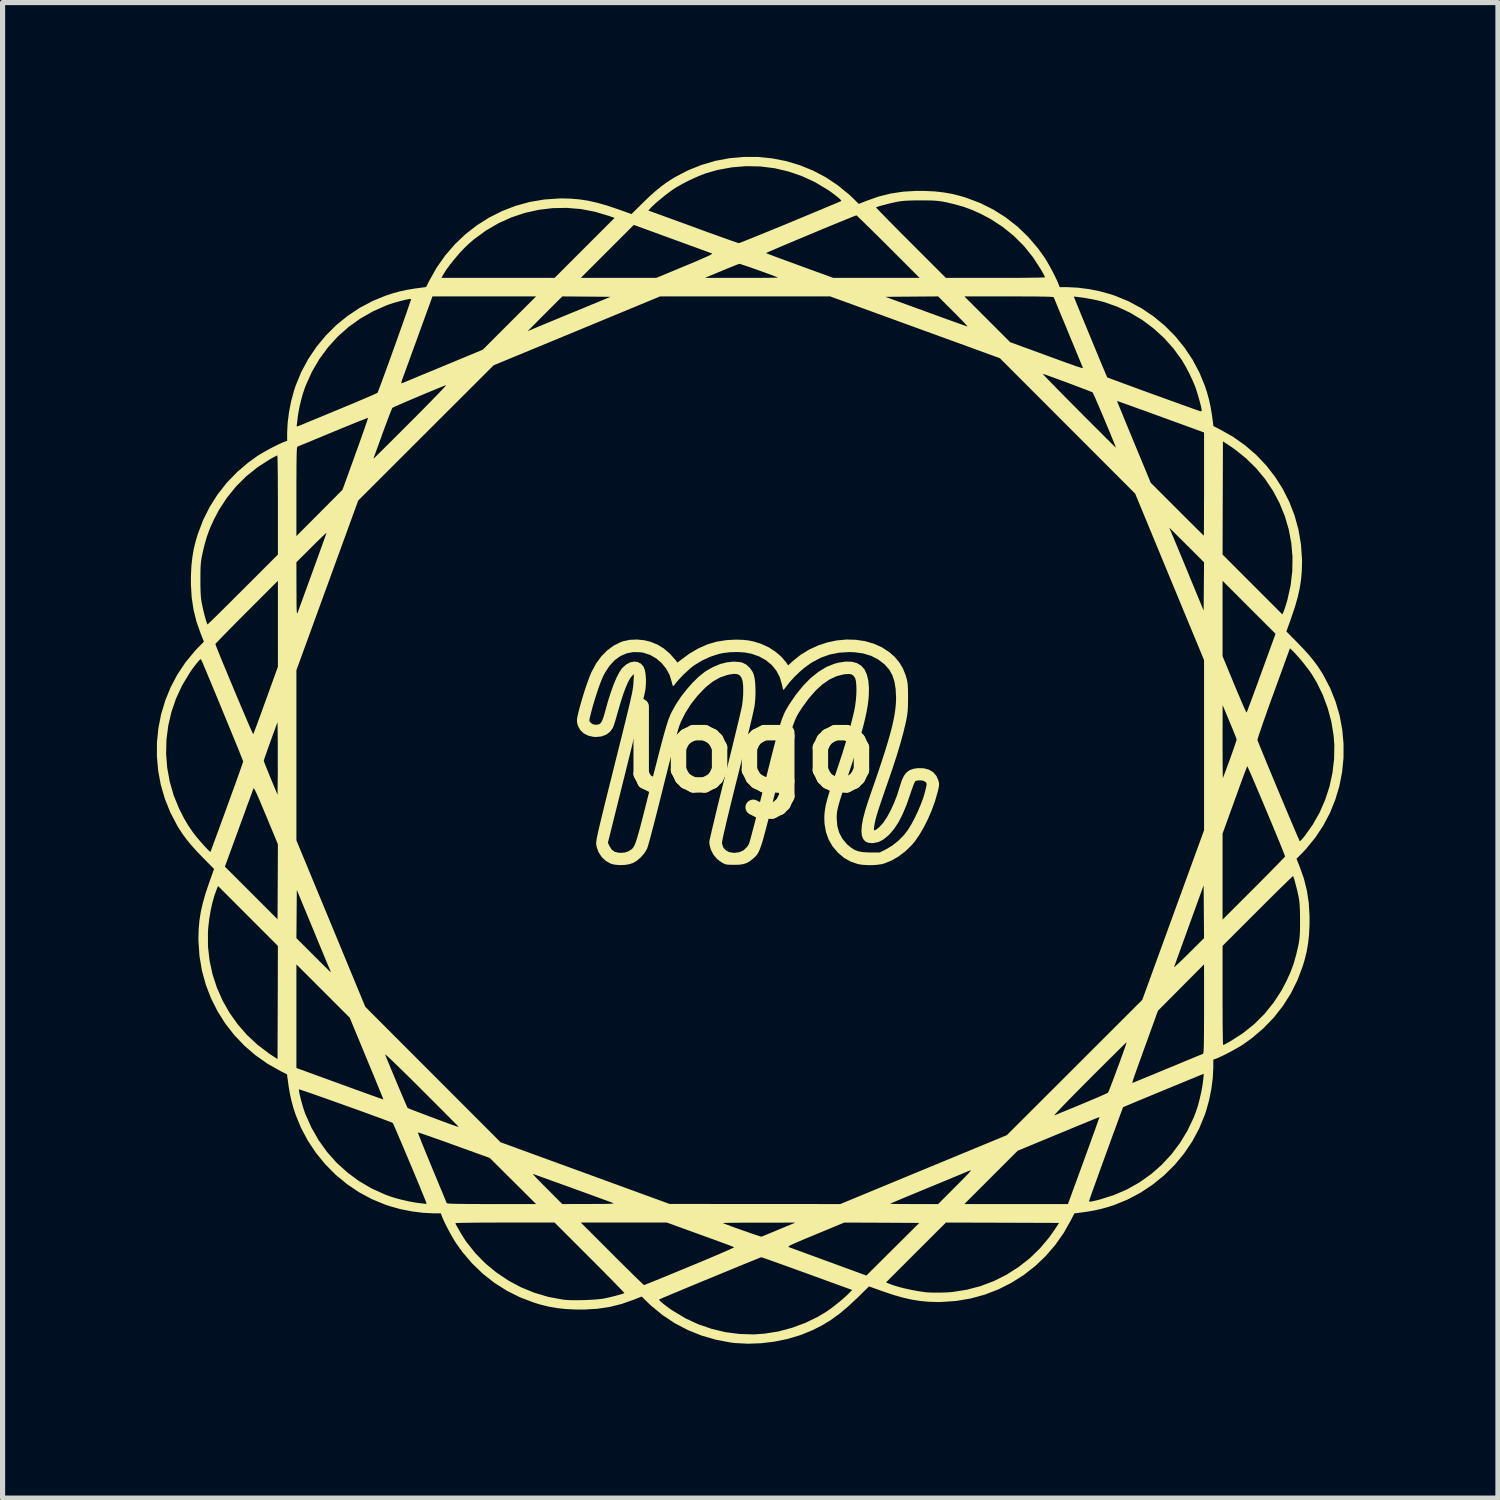
<source format=kicad_pcb>
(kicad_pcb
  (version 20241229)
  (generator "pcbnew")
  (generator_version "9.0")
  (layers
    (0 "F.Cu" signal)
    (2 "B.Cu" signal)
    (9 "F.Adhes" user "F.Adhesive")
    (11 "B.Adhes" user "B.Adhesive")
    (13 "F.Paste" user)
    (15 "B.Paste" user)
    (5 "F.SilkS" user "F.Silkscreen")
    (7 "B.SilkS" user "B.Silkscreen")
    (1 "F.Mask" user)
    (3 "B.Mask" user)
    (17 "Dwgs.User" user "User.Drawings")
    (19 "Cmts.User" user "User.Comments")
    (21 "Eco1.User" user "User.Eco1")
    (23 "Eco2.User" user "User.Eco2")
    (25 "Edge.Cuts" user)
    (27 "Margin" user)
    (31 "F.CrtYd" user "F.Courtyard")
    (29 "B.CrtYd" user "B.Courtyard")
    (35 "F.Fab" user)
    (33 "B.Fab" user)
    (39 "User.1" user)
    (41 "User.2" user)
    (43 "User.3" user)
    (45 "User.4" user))
  (footprint "logo"
    (layer "F.Cu")
    (at 11.519 11.519)
    (property "Reference" "logo" (at 0 0 0) (layer "F.SilkS") (effects (font (size 1.524 1.524) (thickness 0.3))))
    (attr board_only exclude_from_pos_files exclude_from_bom)
    (fp_poly (pts (xy -2.044 -2.123) (xy -1.925 -2.094) (xy -1.789 -2.039) (xy -1.665 -1.963) (xy -1.55 -1.865) (xy -1.438 -1.739) (xy -1.428 -1.726) (xy -1.399 -1.689) (xy -1.343 -1.733) (xy -1.165 -1.864) (xy -0.989 -1.967) (xy -0.813 -2.044) (xy -0.632 -2.097) (xy -0.441 -2.126) (xy -0.263 -2.135) (xy -0.13 -2.131) (xy -0.016 -2.119) (xy 0.091 -2.096) (xy 0.202 -2.061) (xy 0.243 -2.046) (xy 0.377 -1.984) (xy 0.502 -1.903) (xy 0.613 -1.809) (xy 0.701 -1.707) (xy 0.708 -1.699) (xy 0.752 -1.634) (xy 0.837 -1.713) (xy 0.991 -1.837) (xy 1.158 -1.94) (xy 1.333 -2.021) (xy 1.515 -2.081) (xy 1.701 -2.12) (xy 1.887 -2.137) (xy 2.07 -2.132) (xy 2.248 -2.105) (xy 2.418 -2.056) (xy 2.576 -1.985) (xy 2.72 -1.891) (xy 2.821 -1.802) (xy 2.91 -1.696) (xy 2.98 -1.582) (xy 3.034 -1.45) (xy 3.049 -1.402) (xy 3.061 -1.356) (xy 3.07 -1.312) (xy 3.076 -1.265) (xy 3.08 -1.209) (xy 3.082 -1.138) (xy 3.083 -1.044) (xy 3.083 -1.005) (xy 3.082 -0.899) (xy 3.08 -0.815) (xy 3.075 -0.745) (xy 3.068 -0.682) (xy 3.058 -0.618) (xy 3.043 -0.545) (xy 3.042 -0.538) (xy 2.995 -0.339) (xy 2.934 -0.117) (xy 2.861 0.126) (xy 2.776 0.385) (xy 2.751 0.458) (xy 2.69 0.635) (xy 2.637 0.788) (xy 2.593 0.916) (xy 2.556 1.024) (xy 2.526 1.114) (xy 2.502 1.188) (xy 2.483 1.249) (xy 2.468 1.3) (xy 2.456 1.342) (xy 2.447 1.378) (xy 2.44 1.412) (xy 2.436 1.429) (xy 2.426 1.489) (xy 2.42 1.536) (xy 2.419 1.565) (xy 2.42 1.57) (xy 2.44 1.57) (xy 2.473 1.551) (xy 2.515 1.517) (xy 2.56 1.472) (xy 2.603 1.422) (xy 2.606 1.418) (xy 2.674 1.315) (xy 2.743 1.188) (xy 2.809 1.045) (xy 2.869 0.891) (xy 2.919 0.734) (xy 2.925 0.712) (xy 2.963 0.597) (xy 3.005 0.509) (xy 3.055 0.445) (xy 3.117 0.401) (xy 3.192 0.375) (xy 3.278 0.363) (xy 3.394 0.367) (xy 3.493 0.394) (xy 3.573 0.443) (xy 3.633 0.513) (xy 3.671 0.598) (xy 3.681 0.636) (xy 3.686 0.667) (xy 3.685 0.7) (xy 3.678 0.742) (xy 3.665 0.802) (xy 3.655 0.839) (xy 3.606 1.01) (xy 3.543 1.184) (xy 3.469 1.355) (xy 3.387 1.517) (xy 3.3 1.665) (xy 3.211 1.793) (xy 3.151 1.863) (xy 3.033 1.978) (xy 2.903 2.077) (xy 2.769 2.156) (xy 2.636 2.211) (xy 2.578 2.228) (xy 2.492 2.242) (xy 2.39 2.249) (xy 2.285 2.248) (xy 2.186 2.241) (xy 2.107 2.228) (xy 1.966 2.179) (xy 1.842 2.11) (xy 1.729 2.015) (xy 1.718 2.004) (xy 1.614 1.881) (xy 1.537 1.747) (xy 1.486 1.601) (xy 1.459 1.441) (xy 1.455 1.337) (xy 1.458 1.255) (xy 1.468 1.171) (xy 1.484 1.079) (xy 1.51 0.976) (xy 1.545 0.857) (xy 1.591 0.718) (xy 1.621 0.63) (xy 1.72 0.339) (xy 1.81 0.064) (xy 1.889 -0.194) (xy 1.957 -0.431) (xy 2.012 -0.646) (xy 2.035 -0.744) (xy 2.054 -0.845) (xy 2.068 -0.952) (xy 2.077 -1.06) (xy 2.08 -1.163) (xy 2.077 -1.255) (xy 2.069 -1.331) (xy 2.055 -1.384) (xy 2.051 -1.392) (xy 2.022 -1.433) (xy 1.987 -1.458) (xy 1.939 -1.467) (xy 1.872 -1.464) (xy 1.835 -1.46) (xy 1.695 -1.425) (xy 1.558 -1.361) (xy 1.422 -1.268) (xy 1.288 -1.146) (xy 1.155 -0.994) (xy 1.023 -0.813) (xy 0.97 -0.731) (xy 0.946 -0.692) (xy 0.924 -0.652) (xy 0.903 -0.608) (xy 0.881 -0.559) (xy 0.86 -0.503) (xy 0.837 -0.438) (xy 0.812 -0.361) (xy 0.785 -0.27) (xy 0.755 -0.164) (xy 0.722 -0.04) (xy 0.684 0.104) (xy 0.642 0.269) (xy 0.594 0.458) (xy 0.54 0.673) (xy 0.502 0.824) (xy 0.449 1.037) (xy 0.403 1.223) (xy 0.362 1.384) (xy 0.326 1.521) (xy 0.295 1.638) (xy 0.268 1.737) (xy 0.244 1.818) (xy 0.222 1.885) (xy 0.202 1.939) (xy 0.183 1.982) (xy 0.165 2.017) (xy 0.147 2.045) (xy 0.127 2.069) (xy 0.106 2.091) (xy 0.083 2.112) (xy 0.079 2.115) (xy 0.013 2.169) (xy -0.05 2.206) (xy -0.115 2.228) (xy -0.194 2.24) (xy -0.293 2.243) (xy -0.366 2.242) (xy -0.418 2.24) (xy -0.457 2.234) (xy -0.489 2.223) (xy -0.525 2.205) (xy -0.54 2.196) (xy -0.627 2.132) (xy -0.699 2.047) (xy -0.75 1.95) (xy -0.777 1.847) (xy -0.78 1.797) (xy -0.777 1.774) (xy -0.766 1.724) (xy -0.749 1.65) (xy -0.727 1.553) (xy -0.699 1.436) (xy -0.667 1.301) (xy -0.631 1.151) (xy -0.591 0.987) (xy -0.548 0.813) (xy -0.502 0.629) (xy -0.473 0.511) (xy -0.425 0.321) (xy -0.38 0.136) (xy -0.336 -0.04) (xy -0.296 -0.206) (xy -0.259 -0.359) (xy -0.226 -0.496) (xy -0.197 -0.616) (xy -0.174 -0.715) (xy -0.157 -0.791) (xy -0.146 -0.842) (xy -0.143 -0.858) (xy -0.131 -0.952) (xy -0.123 -1.053) (xy -0.121 -1.153) (xy -0.123 -1.242) (xy -0.131 -1.315) (xy -0.137 -1.343) (xy -0.159 -1.403) (xy -0.192 -1.443) (xy -0.238 -1.465) (xy -0.301 -1.469) (xy -0.385 -1.458) (xy -0.434 -1.447) (xy -0.571 -1.4) (xy -0.707 -1.324) (xy -0.841 -1.218) (xy -0.865 -1.195) (xy -1.009 -1.045) (xy -1.137 -0.882) (xy -1.246 -0.711) (xy -1.332 -0.539) (xy -1.365 -0.454) (xy -1.378 -0.412) (xy -1.398 -0.345) (xy -1.423 -0.254) (xy -1.453 -0.141) (xy -1.487 -0.011) (xy -1.525 0.135) (xy -1.566 0.293) (xy -1.608 0.461) (xy -1.652 0.636) (xy -1.688 0.78) (xy -1.735 0.969) (xy -1.78 1.147) (xy -1.822 1.312) (xy -1.861 1.464) (xy -1.897 1.598) (xy -1.927 1.713) (xy -1.953 1.807) (xy -1.973 1.877) (xy -1.988 1.922) (xy -1.993 1.935) (xy -2.042 2.016) (xy -2.111 2.096) (xy -2.189 2.163) (xy -2.258 2.205) (xy -2.337 2.231) (xy -2.433 2.246) (xy -2.534 2.248) (xy -2.63 2.238) (xy -2.699 2.219) (xy -2.793 2.166) (xy -2.872 2.091) (xy -2.933 1.998) (xy -2.971 1.893) (xy -2.979 1.842) (xy -2.98 1.827) (xy -2.979 1.806) (xy -2.976 1.78) (xy -2.971 1.745) (xy -2.963 1.701) (xy -2.951 1.645) (xy -2.936 1.576) (xy -2.916 1.492) (xy -2.892 1.391) (xy -2.863 1.271) (xy -2.829 1.131) (xy -2.789 0.97) (xy -2.743 0.784) (xy -2.69 0.573) (xy -2.631 0.335) (xy -2.626 0.315) (xy -2.566 0.075) (xy -2.513 -0.137) (xy -2.466 -0.324) (xy -2.426 -0.488) (xy -2.391 -0.63) (xy -2.361 -0.753) (xy -2.336 -0.857) (xy -2.315 -0.946) (xy -2.299 -1.021) (xy -2.285 -1.083) (xy -2.275 -1.136) (xy -2.268 -1.179) (xy -2.262 -1.217) (xy -2.258 -1.249) (xy -2.256 -1.279) (xy -2.255 -1.298) (xy -2.246 -1.463) (xy -2.28 -1.433) (xy -2.317 -1.387) (xy -2.358 -1.313) (xy -2.402 -1.213) (xy -2.449 -1.087) (xy -2.498 -0.938) (xy -2.548 -0.767) (xy -2.567 -0.701) (xy -2.59 -0.618) (xy -2.613 -0.541) (xy -2.634 -0.477) (xy -2.65 -0.432) (xy -2.656 -0.419) (xy -2.711 -0.342) (xy -2.786 -0.287) (xy -2.878 -0.253) (xy -2.985 -0.242) (xy -3.033 -0.245) (xy -3.137 -0.269) (xy -3.224 -0.314) (xy -3.29 -0.378) (xy -3.334 -0.46) (xy -3.346 -0.503) (xy -3.352 -0.537) (xy -3.353 -0.564) (xy -3.112 -0.564) (xy -3.106 -0.543) (xy -3.091 -0.524) (xy -3.083 -0.516) (xy -3.042 -0.489) (xy -2.988 -0.48) (xy -2.986 -0.48) (xy -2.944 -0.484) (xy -2.91 -0.497) (xy -2.883 -0.525) (xy -2.859 -0.57) (xy -2.835 -0.637) (xy -2.808 -0.729) (xy -2.807 -0.735) (xy -2.752 -0.932) (xy -2.696 -1.108) (xy -2.641 -1.262) (xy -2.586 -1.391) (xy -2.533 -1.495) (xy -2.482 -1.572) (xy -2.469 -1.587) (xy -2.397 -1.651) (xy -2.321 -1.692) (xy -2.246 -1.708) (xy -2.174 -1.7) (xy -2.111 -1.668) (xy -2.061 -1.612) (xy -2.056 -1.603) (xy -2.034 -1.544) (xy -2.019 -1.464) (xy -2.012 -1.369) (xy -2.013 -1.266) (xy -2.022 -1.163) (xy -2.024 -1.155) (xy -2.03 -1.125) (xy -2.042 -1.067) (xy -2.061 -0.985) (xy -2.086 -0.881) (xy -2.116 -0.755) (xy -2.151 -0.612) (xy -2.189 -0.453) (xy -2.232 -0.28) (xy -2.277 -0.095) (xy -2.325 0.1) (xy -2.375 0.301) (xy -2.396 0.385) (xy -2.752 1.814) (xy -2.719 1.882) (xy -2.677 1.947) (xy -2.622 1.988) (xy -2.55 2.007) (xy -2.498 2.01) (xy -2.424 2.004) (xy -2.366 1.985) (xy -2.349 1.976) (xy -2.326 1.963) (xy -2.306 1.951) (xy -2.287 1.937) (xy -2.27 1.92) (xy -2.254 1.897) (xy -2.237 1.867) (xy -2.22 1.829) (xy -2.202 1.778) (xy -2.182 1.715) (xy -2.159 1.636) (xy -2.132 1.54) (xy -2.102 1.425) (xy -2.067 1.289) (xy -2.026 1.129) (xy -1.98 0.945) (xy -1.929 0.741) (xy -1.872 0.514) (xy -1.821 0.314) (xy -1.776 0.138) (xy -1.737 -0.014) (xy -1.702 -0.146) (xy -1.672 -0.258) (xy -1.645 -0.354) (xy -1.621 -0.436) (xy -1.6 -0.505) (xy -1.581 -0.564) (xy -1.562 -0.614) (xy -1.545 -0.658) (xy -1.527 -0.698) (xy -1.509 -0.735) (xy -1.507 -0.738) (xy -1.427 -0.881) (xy -1.331 -1.025) (xy -1.223 -1.164) (xy -1.109 -1.294) (xy -0.993 -1.408) (xy -0.879 -1.5) (xy -0.847 -1.523) (xy -0.711 -1.601) (xy -0.573 -1.659) (xy -0.436 -1.695) (xy -0.304 -1.708) (xy -0.183 -1.698) (xy -0.139 -1.688) (xy -0.064 -1.651) (xy 0.003 -1.591) (xy 0.058 -1.514) (xy 0.083 -1.458) (xy 0.099 -1.395) (xy 0.11 -1.31) (xy 0.116 -1.209) (xy 0.118 -1.101) (xy 0.114 -0.991) (xy 0.105 -0.888) (xy 0.098 -0.837) (xy 0.09 -0.799) (xy 0.076 -0.734) (xy 0.056 -0.645) (xy 0.03 -0.534) (xy -0.001 -0.404) (xy -0.037 -0.258) (xy -0.076 -0.097) (xy -0.118 0.075) (xy -0.163 0.257) (xy -0.209 0.445) (xy -0.235 0.548) (xy -0.296 0.791) (xy -0.349 1.006) (xy -0.395 1.194) (xy -0.434 1.356) (xy -0.466 1.492) (xy -0.492 1.604) (xy -0.512 1.692) (xy -0.525 1.758) (xy -0.533 1.803) (xy -0.535 1.826) (xy -0.534 1.828) (xy -0.509 1.904) (xy -0.462 1.96) (xy -0.393 1.996) (xy -0.306 2.01) (xy -0.296 2.01) (xy -0.197 1.998) (xy -0.114 1.96) (xy -0.047 1.896) (xy -0.009 1.835) (xy -0.002 1.812) (xy 0.013 1.763) (xy 0.033 1.69) (xy 0.058 1.595) (xy 0.088 1.481) (xy 0.122 1.35) (xy 0.159 1.204) (xy 0.199 1.046) (xy 0.241 0.879) (xy 0.276 0.739) (xy 0.334 0.508) (xy 0.386 0.303) (xy 0.431 0.123) (xy 0.471 -0.034) (xy 0.507 -0.17) (xy 0.539 -0.287) (xy 0.567 -0.388) (xy 0.593 -0.474) (xy 0.617 -0.547) (xy 0.639 -0.61) (xy 0.661 -0.664) (xy 0.682 -0.713) (xy 0.704 -0.757) (xy 0.727 -0.798) (xy 0.752 -0.84) (xy 0.768 -0.867) (xy 0.905 -1.068) (xy 1.047 -1.243) (xy 1.193 -1.391) (xy 1.344 -1.511) (xy 1.497 -1.604) (xy 1.653 -1.667) (xy 1.733 -1.688) (xy 1.871 -1.708) (xy 1.989 -1.705) (xy 2.089 -1.679) (xy 2.171 -1.63) (xy 2.235 -1.558) (xy 2.281 -1.461) (xy 2.31 -1.341) (xy 2.323 -1.195) (xy 2.321 -1.076) (xy 2.314 -0.974) (xy 2.3 -0.864) (xy 2.279 -0.743) (xy 2.251 -0.61) (xy 2.215 -0.462) (xy 2.17 -0.297) (xy 2.115 -0.112) (xy 2.051 0.094) (xy 1.977 0.324) (xy 1.919 0.498) (xy 1.867 0.656) (xy 1.823 0.788) (xy 1.787 0.899) (xy 1.759 0.99) (xy 1.737 1.065) (xy 1.721 1.127) (xy 1.709 1.179) (xy 1.702 1.224) (xy 1.698 1.265) (xy 1.696 1.306) (xy 1.696 1.336) (xy 1.707 1.485) (xy 1.744 1.617) (xy 1.806 1.735) (xy 1.894 1.84) (xy 1.908 1.853) (xy 1.978 1.911) (xy 2.046 1.953) (xy 2.119 1.98) (xy 2.205 1.996) (xy 2.311 2.002) (xy 2.349 2.003) (xy 2.53 2.003) (xy 2.659 1.939) (xy 2.779 1.867) (xy 2.896 1.773) (xy 3.002 1.666) (xy 3.081 1.563) (xy 3.148 1.453) (xy 3.215 1.327) (xy 3.279 1.192) (xy 3.335 1.057) (xy 3.382 0.931) (xy 3.41 0.833) (xy 3.428 0.76) (xy 3.439 0.711) (xy 3.444 0.679) (xy 3.442 0.659) (xy 3.435 0.645) (xy 3.421 0.631) (xy 3.421 0.63) (xy 3.385 0.611) (xy 3.333 0.601) (xy 3.279 0.601) (xy 3.234 0.612) (xy 3.223 0.619) (xy 3.211 0.639) (xy 3.192 0.682) (xy 3.169 0.744) (xy 3.142 0.819) (xy 3.123 0.878) (xy 3.051 1.083) (xy 2.976 1.261) (xy 2.898 1.413) (xy 2.815 1.541) (xy 2.726 1.646) (xy 2.695 1.677) (xy 2.603 1.751) (xy 2.512 1.798) (xy 2.418 1.819) (xy 2.383 1.821) (xy 2.309 1.814) (xy 2.251 1.787) (xy 2.21 1.74) (xy 2.185 1.673) (xy 2.177 1.585) (xy 2.185 1.475) (xy 2.209 1.342) (xy 2.25 1.186) (xy 2.307 1.006) (xy 2.335 0.923) (xy 2.426 0.662) (xy 2.507 0.426) (xy 2.577 0.215) (xy 2.638 0.025) (xy 2.69 -0.145) (xy 2.734 -0.298) (xy 2.77 -0.436) (xy 2.798 -0.56) (xy 2.82 -0.672) (xy 2.835 -0.776) (xy 2.845 -0.872) (xy 2.85 -0.963) (xy 2.85 -1.012) (xy 2.842 -1.178) (xy 2.818 -1.321) (xy 2.778 -1.443) (xy 2.719 -1.549) (xy 2.64 -1.64) (xy 2.624 -1.656) (xy 2.501 -1.75) (xy 2.365 -1.82) (xy 2.214 -1.866) (xy 2.046 -1.889) (xy 1.935 -1.893) (xy 1.74 -1.881) (xy 1.56 -1.845) (xy 1.389 -1.784) (xy 1.221 -1.695) (xy 1.173 -1.664) (xy 1.075 -1.593) (xy 0.973 -1.506) (xy 0.874 -1.41) (xy 0.786 -1.314) (xy 0.728 -1.24) (xy 0.697 -1.198) (xy 0.672 -1.168) (xy 0.66 -1.156) (xy 0.66 -1.156) (xy 0.653 -1.169) (xy 0.644 -1.204) (xy 0.633 -1.254) (xy 0.633 -1.256) (xy 0.591 -1.401) (xy 0.524 -1.53) (xy 0.434 -1.641) (xy 0.32 -1.735) (xy 0.186 -1.809) (xy 0.035 -1.862) (xy -0.09 -1.885) (xy -0.23 -1.894) (xy -0.377 -1.89) (xy -0.519 -1.873) (xy -0.601 -1.855) (xy -0.76 -1.803) (xy -0.92 -1.729) (xy -1.067 -1.64) (xy -1.097 -1.619) (xy -1.15 -1.576) (xy -1.213 -1.519) (xy -1.28 -1.456) (xy -1.343 -1.391) (xy -1.398 -1.332) (xy -1.438 -1.283) (xy -1.448 -1.269) (xy -1.469 -1.242) (xy -1.484 -1.23) (xy -1.484 -1.23) (xy -1.492 -1.244) (xy -1.503 -1.278) (xy -1.512 -1.318) (xy -1.554 -1.451) (xy -1.62 -1.572) (xy -1.707 -1.679) (xy -1.81 -1.768) (xy -1.928 -1.836) (xy -2.055 -1.879) (xy -2.114 -1.889) (xy -2.255 -1.893) (xy -2.386 -1.869) (xy -2.507 -1.816) (xy -2.619 -1.736) (xy -2.719 -1.628) (xy -2.808 -1.492) (xy -2.836 -1.44) (xy -2.866 -1.374) (xy -2.901 -1.285) (xy -2.939 -1.179) (xy -2.978 -1.062) (xy -3.016 -0.941) (xy -3.051 -0.821) (xy -3.081 -0.709) (xy -3.096 -0.647) (xy -3.108 -0.596) (xy -3.112 -0.564) (xy -3.353 -0.564) (xy -3.353 -0.57) (xy -3.35 -0.608) (xy -3.34 -0.658) (xy -3.324 -0.726) (xy -3.31 -0.781) (xy -3.276 -0.904) (xy -3.238 -1.034) (xy -3.197 -1.164) (xy -3.155 -1.287) (xy -3.115 -1.397) (xy -3.079 -1.486) (xy -3.068 -1.51) (xy -2.982 -1.669) (xy -2.88 -1.809) (xy -2.763 -1.927) (xy -2.636 -2.021) (xy -2.499 -2.088) (xy -2.454 -2.104) (xy -2.326 -2.131) (xy -2.186 -2.137)) (stroke (width 0) (type solid)) (fill yes) (layer "F.SilkS"))
    (fp_poly (pts (xy 0.169 -11.518) (xy 0.444 -11.49) (xy 0.715 -11.437) (xy 0.98 -11.357) (xy 1.237 -11.253) (xy 1.483 -11.123) (xy 1.716 -10.968) (xy 1.935 -10.789) (xy 2.012 -10.717) (xy 2.125 -10.605) (xy 2.281 -10.667) (xy 2.514 -10.749) (xy 2.747 -10.807) (xy 2.987 -10.843) (xy 3.241 -10.858) (xy 3.413 -10.857) (xy 3.602 -10.848) (xy 3.772 -10.829) (xy 3.934 -10.801) (xy 4.098 -10.76) (xy 4.213 -10.725) (xy 4.484 -10.623) (xy 4.743 -10.494) (xy 4.986 -10.34) (xy 5.213 -10.162) (xy 5.422 -9.96) (xy 5.612 -9.737) (xy 5.736 -9.564) (xy 5.777 -9.498) (xy 5.824 -9.416) (xy 5.874 -9.326) (xy 5.921 -9.235) (xy 5.963 -9.15) (xy 5.996 -9.078) (xy 6.013 -9.035) (xy 6.03 -8.987) (xy 6.18 -8.987) (xy 6.38 -8.977) (xy 6.593 -8.95) (xy 6.81 -8.907) (xy 7.02 -8.849) (xy 7.104 -8.821) (xy 7.369 -8.712) (xy 7.62 -8.577) (xy 7.857 -8.417) (xy 8.076 -8.236) (xy 8.277 -8.033) (xy 8.457 -7.812) (xy 8.615 -7.575) (xy 8.749 -7.322) (xy 8.852 -7.071) (xy 8.896 -6.937) (xy 8.932 -6.805) (xy 8.963 -6.666) (xy 8.989 -6.513) (xy 9.01 -6.357) (xy 9.019 -6.286) (xy 9.142 -6.224) (xy 9.396 -6.081) (xy 9.632 -5.915) (xy 9.849 -5.728) (xy 10.045 -5.522) (xy 10.218 -5.3) (xy 10.369 -5.061) (xy 10.496 -4.809) (xy 10.598 -4.545) (xy 10.673 -4.271) (xy 10.721 -3.988) (xy 10.741 -3.699) (xy 10.742 -3.641) (xy 10.737 -3.464) (xy 10.722 -3.296) (xy 10.696 -3.129) (xy 10.657 -2.957) (xy 10.605 -2.774) (xy 10.537 -2.572) (xy 10.536 -2.568) (xy 10.438 -2.294) (xy 10.662 -2.066) (xy 10.783 -1.94) (xy 10.884 -1.827) (xy 10.97 -1.722) (xy 11.047 -1.618) (xy 11.118 -1.509) (xy 11.156 -1.447) (xy 11.289 -1.192) (xy 11.394 -0.929) (xy 11.473 -0.659) (xy 11.524 -0.384) (xy 11.549 -0.108) (xy 11.548 0.169) (xy 11.52 0.444) (xy 11.467 0.715) (xy 11.387 0.98) (xy 11.283 1.237) (xy 11.153 1.483) (xy 10.998 1.716) (xy 10.819 1.935) (xy 10.747 2.012) (xy 10.635 2.125) (xy 10.697 2.281) (xy 10.779 2.514) (xy 10.837 2.747) (xy 10.873 2.987) (xy 10.888 3.241) (xy 10.887 3.413) (xy 10.878 3.602) (xy 10.859 3.772) (xy 10.831 3.934) (xy 10.79 4.098) (xy 10.755 4.213) (xy 10.653 4.484) (xy 10.524 4.743) (xy 10.37 4.986) (xy 10.192 5.213) (xy 9.99 5.422) (xy 9.767 5.612) (xy 9.594 5.736) (xy 9.528 5.777) (xy 9.446 5.824) (xy 9.356 5.874) (xy 9.265 5.921) (xy 9.18 5.963) (xy 9.108 5.996) (xy 9.065 6.013) (xy 9.017 6.03) (xy 9.017 6.18) (xy 9.007 6.38) (xy 8.98 6.593) (xy 8.937 6.81) (xy 8.879 7.02) (xy 8.851 7.104) (xy 8.742 7.369) (xy 8.607 7.62) (xy 8.447 7.857) (xy 8.266 8.076) (xy 8.063 8.277) (xy 7.842 8.457) (xy 7.605 8.615) (xy 7.352 8.749) (xy 7.101 8.852) (xy 6.967 8.896) (xy 6.835 8.932) (xy 6.696 8.963) (xy 6.543 8.989) (xy 6.387 9.01) (xy 6.316 9.019) (xy 6.254 9.142) (xy 6.111 9.396) (xy 5.945 9.632) (xy 5.758 9.849) (xy 5.552 10.045) (xy 5.33 10.218) (xy 5.091 10.369) (xy 4.839 10.496) (xy 4.575 10.598) (xy 4.301 10.673) (xy 4.018 10.721) (xy 3.729 10.741) (xy 3.671 10.742) (xy 3.494 10.737) (xy 3.326 10.722) (xy 3.159 10.696) (xy 2.987 10.657) (xy 2.804 10.605) (xy 2.602 10.537) (xy 2.598 10.536) (xy 2.324 10.438) (xy 2.096 10.662) (xy 1.917 10.829) (xy 1.746 10.973) (xy 1.577 11.095) (xy 1.405 11.199) (xy 1.224 11.29) (xy 1.031 11.369) (xy 0.979 11.388) (xy 0.739 11.46) (xy 0.486 11.512) (xy 0.227 11.543) (xy -0.031 11.552) (xy -0.28 11.539) (xy -0.36 11.53) (xy -0.65 11.475) (xy -0.93 11.394) (xy -1.197 11.287) (xy -1.451 11.154) (xy -1.689 10.996) (xy -1.909 10.815) (xy -1.982 10.747) (xy -2.037 10.692) (xy -1.755 10.692) (xy -1.75 10.707) (xy -1.723 10.735) (xy -1.678 10.773) (xy -1.619 10.819) (xy -1.55 10.87) (xy -1.485 10.914) (xy -1.247 11.057) (xy -0.995 11.174) (xy -0.733 11.264) (xy -0.464 11.328) (xy -0.19 11.363) (xy 0.085 11.371) (xy 0.297 11.356) (xy 0.565 11.313) (xy 0.83 11.242) (xy 1.087 11.147) (xy 1.331 11.028) (xy 1.49 10.933) (xy 1.568 10.879) (xy 1.656 10.812) (xy 1.746 10.74) (xy 1.832 10.667) (xy 1.905 10.601) (xy 1.94 10.566) (xy 1.997 10.507) (xy 1.591 10.36) (xy 2.655 10.36) (xy 2.719 10.387) (xy 2.803 10.418) (xy 2.909 10.45) (xy 3.03 10.48) (xy 3.158 10.508) (xy 3.284 10.531) (xy 3.402 10.548) (xy 3.436 10.552) (xy 3.519 10.557) (xy 3.622 10.559) (xy 3.733 10.558) (xy 3.843 10.554) (xy 3.941 10.547) (xy 3.948 10.546) (xy 4.224 10.503) (xy 4.493 10.432) (xy 4.752 10.334) (xy 4.999 10.21) (xy 5.232 10.061) (xy 5.45 9.89) (xy 5.65 9.696) (xy 5.829 9.482) (xy 5.93 9.339) (xy 6.019 9.204) (xy 4.919 9.2) (xy 3.819 9.197) (xy 3.237 9.778) (xy 2.655 10.36) (xy 1.591 10.36) (xy 1.122 10.189) (xy 0.967 10.133) (xy 0.821 10.08) (xy 0.685 10.031) (xy 0.562 9.987) (xy 0.455 9.949) (xy 0.366 9.917) (xy 0.297 9.893) (xy 0.252 9.878) (xy 0.231 9.872) (xy 0.231 9.872) (xy 0.214 9.877) (xy 0.173 9.893) (xy 0.11 9.919) (xy 0.027 9.952) (xy -0.073 9.993) (xy -0.187 10.039) (xy -0.312 10.091) (xy -0.446 10.146) (xy -0.586 10.204) (xy -0.73 10.263) (xy -0.874 10.322) (xy -1.016 10.381) (xy -1.153 10.438) (xy -1.282 10.492) (xy -1.402 10.542) (xy -1.508 10.586) (xy -1.599 10.625) (xy -1.672 10.655) (xy -1.723 10.678) (xy -1.751 10.69) (xy -1.755 10.692) (xy -2.037 10.692) (xy -2.095 10.635) (xy -2.251 10.697) (xy -2.483 10.779) (xy -2.717 10.837) (xy -2.957 10.873) (xy -3.211 10.888) (xy -3.383 10.887) (xy -3.572 10.878) (xy -3.742 10.859) (xy -3.904 10.831) (xy -4.068 10.79) (xy -4.183 10.755) (xy -4.454 10.653) (xy -4.713 10.524) (xy -4.956 10.37) (xy -5.183 10.192) (xy -5.392 9.99) (xy -5.582 9.767) (xy -5.706 9.594) (xy -5.747 9.528) (xy -5.794 9.446) (xy -5.844 9.356) (xy -5.891 9.265) (xy -5.919 9.209) (xy -5.716 9.209) (xy -5.709 9.228) (xy -5.688 9.268) (xy -5.658 9.321) (xy -5.623 9.383) (xy -5.584 9.447) (xy -5.546 9.508) (xy -5.512 9.56) (xy -5.498 9.579) (xy -5.325 9.796) (xy -5.131 9.993) (xy -4.917 10.169) (xy -4.686 10.324) (xy -4.441 10.455) (xy -4.182 10.561) (xy -3.913 10.641) (xy -3.636 10.693) (xy -3.606 10.697) (xy -3.533 10.703) (xy -3.437 10.706) (xy -3.327 10.706) (xy -3.21 10.704) (xy -3.095 10.699) (xy -2.987 10.692) (xy -2.896 10.683) (xy -2.843 10.676) (xy -2.783 10.664) (xy -2.712 10.648) (xy -2.638 10.63) (xy -2.567 10.611) (xy -2.505 10.594) (xy -2.458 10.579) (xy -2.433 10.569) (xy -2.431 10.568) (xy -2.44 10.556) (xy -2.469 10.525) (xy -2.515 10.477) (xy -2.578 10.413) (xy -2.654 10.334) (xy -2.743 10.244) (xy -2.843 10.143) (xy -2.952 10.033) (xy -3.068 9.917) (xy -3.106 9.879) (xy -3.788 9.197) (xy -3.278 9.197) (xy -2.671 9.804) (xy -2.559 9.916) (xy -2.453 10.021) (xy -2.356 10.117) (xy -2.268 10.203) (xy -2.193 10.277) (xy -2.131 10.336) (xy -2.086 10.38) (xy -2.058 10.406) (xy -2.049 10.412) (xy -2.033 10.406) (xy -1.992 10.39) (xy -1.928 10.365) (xy -1.843 10.33) (xy -1.74 10.288) (xy -1.622 10.24) (xy -1.489 10.185) (xy -1.346 10.126) (xy -1.195 10.064) (xy -1.16 10.049) (xy -1.007 9.986) (xy -0.863 9.926) (xy -0.731 9.87) (xy -0.611 9.819) (xy -0.508 9.774) (xy -0.422 9.737) (xy -0.357 9.707) (xy -0.314 9.687) (xy -0.296 9.677) (xy -0.296 9.677) (xy -0.312 9.67) (xy -0.327 9.664) (xy 0.76 9.664) (xy 0.76 9.67) (xy 0.768 9.675) (xy 0.773 9.677) (xy 0.795 9.685) (xy 0.843 9.703) (xy 0.913 9.728) (xy 1.003 9.761) (xy 1.11 9.801) (xy 1.231 9.845) (xy 1.363 9.893) (xy 1.503 9.945) (xy 1.545 9.96) (xy 2.273 10.227) (xy 3.301 9.204) (xy 2.572 9.2) (xy 1.844 9.197) (xy 1.286 9.428) (xy 1.147 9.486) (xy 1.034 9.533) (xy 0.943 9.572) (xy 0.874 9.602) (xy 0.823 9.625) (xy 0.789 9.642) (xy 0.768 9.655) (xy 0.76 9.664) (xy -0.327 9.664) (xy -0.353 9.654) (xy -0.417 9.629) (xy -0.501 9.598) (xy -0.602 9.561) (xy -0.716 9.519) (xy -0.842 9.474) (xy -0.957 9.432) (xy -1.58 9.206) (xy -0.518 9.206) (xy -0.518 9.206) (xy -0.485 9.22) (xy -0.432 9.24) (xy -0.363 9.266) (xy -0.282 9.296) (xy -0.194 9.327) (xy -0.104 9.359) (xy -0.015 9.39) (xy 0.066 9.418) (xy 0.137 9.441) (xy 0.191 9.459) (xy 0.225 9.469) (xy 0.235 9.471) (xy 0.253 9.464) (xy 0.295 9.446) (xy 0.357 9.421) (xy 0.433 9.389) (xy 0.521 9.353) (xy 0.573 9.331) (xy 0.893 9.198) (xy 0.18 9.199) (xy 0.038 9.199) (xy -0.095 9.199) (xy -0.214 9.2) (xy -0.318 9.201) (xy -0.403 9.202) (xy -0.466 9.203) (xy -0.505 9.205) (xy -0.518 9.206) (xy -1.58 9.206) (xy -1.606 9.197) (xy -3.278 9.197) (xy -3.788 9.197) (xy -4.752 9.197) (xy -4.919 9.197) (xy -5.077 9.198) (xy -5.223 9.198) (xy -5.355 9.199) (xy -5.47 9.201) (xy -5.567 9.202) (xy -5.641 9.204) (xy -5.691 9.206) (xy -5.715 9.208) (xy -5.716 9.209) (xy -5.919 9.209) (xy -5.933 9.18) (xy -5.966 9.108) (xy -5.983 9.065) (xy -6 9.017) (xy -6.15 9.017) (xy -6.35 9.007) (xy -6.563 8.98) (xy -6.78 8.937) (xy -6.99 8.879) (xy -7.074 8.851) (xy -7.339 8.742) (xy -7.59 8.607) (xy -7.827 8.447) (xy -8.046 8.266) (xy -8.247 8.063) (xy -8.427 7.842) (xy -8.585 7.605) (xy -8.719 7.352) (xy -8.822 7.101) (xy -8.866 6.967) (xy -8.902 6.835) (xy -8.933 6.696) (xy -8.945 6.626) (xy -8.758 6.626) (xy -8.752 6.667) (xy -8.739 6.727) (xy -8.722 6.797) (xy -8.701 6.874) (xy -8.679 6.951) (xy -8.656 7.023) (xy -8.635 7.081) (xy -8.517 7.347) (xy -8.375 7.596) (xy -8.211 7.825) (xy -8.025 8.034) (xy -7.818 8.222) (xy -7.592 8.389) (xy -7.347 8.533) (xy -7.084 8.652) (xy -7.021 8.676) (xy -6.903 8.715) (xy -6.767 8.752) (xy -6.625 8.784) (xy -6.49 8.809) (xy -6.414 8.819) (xy -6.356 8.826) (xy -6.311 8.831) (xy -6.285 8.834) (xy -6.283 8.835) (xy -6.279 8.825) (xy -6.285 8.803) (xy -6.305 8.753) (xy -6.333 8.683) (xy -6.369 8.596) (xy -6.41 8.494) (xy -6.457 8.382) (xy -6.507 8.261) (xy -6.56 8.135) (xy -6.614 8.007) (xy -6.667 7.88) (xy -6.719 7.757) (xy -6.768 7.641) (xy -6.814 7.535) (xy -6.852 7.445) (xy -6.445 7.445) (xy -6.441 7.46) (xy -6.426 7.5) (xy -6.402 7.562) (xy -6.37 7.644) (xy -6.33 7.742) (xy -6.284 7.855) (xy -6.233 7.979) (xy -6.178 8.113) (xy -6.173 8.126) (xy -6.117 8.26) (xy -6.064 8.386) (xy -6.017 8.502) (xy -5.974 8.603) (xy -5.939 8.689) (xy -5.912 8.754) (xy -5.894 8.798) (xy -5.886 8.818) (xy -5.886 8.818) (xy -5.878 8.822) (xy -5.857 8.826) (xy -5.821 8.829) (xy -5.768 8.831) (xy -5.697 8.833) (xy -5.605 8.834) (xy -5.49 8.836) (xy -5.35 8.836) (xy -5.184 8.837) (xy -5.013 8.837) (xy -4.148 8.837) (xy -4.598 8.389) (xy -4.736 8.252) (xy -4.212 8.252) (xy -4.205 8.262) (xy -4.179 8.29) (xy -4.137 8.335) (xy -4.081 8.392) (xy -4.015 8.46) (xy -3.94 8.535) (xy -3.931 8.544) (xy -3.639 8.837) (xy -3.121 8.836) (xy -2.982 8.835) (xy -2.871 8.835) (xy -2.785 8.834) (xy -2.722 8.832) (xy -2.679 8.83) (xy -2.654 8.827) (xy -2.644 8.823) (xy -2.647 8.819) (xy -2.656 8.815) (xy -2.704 8.797) (xy -2.774 8.771) (xy -2.862 8.739) (xy -2.964 8.702) (xy -3.077 8.66) (xy -3.199 8.616) (xy -3.327 8.57) (xy -3.456 8.523) (xy -3.585 8.476) (xy -3.71 8.431) (xy -3.828 8.389) (xy -3.935 8.35) (xy -4.03 8.316) (xy -4.107 8.288) (xy -4.166 8.267) (xy -4.202 8.255) (xy -4.212 8.252) (xy -4.736 8.252) (xy -5.048 7.941) (xy -5.743 7.69) (xy -5.88 7.64) (xy -6.009 7.594) (xy -6.126 7.553) (xy -6.229 7.516) (xy -6.315 7.487) (xy -6.381 7.464) (xy -6.425 7.45) (xy -6.444 7.445) (xy -6.445 7.445) (xy -6.852 7.445) (xy -6.853 7.442) (xy -6.887 7.364) (xy -6.912 7.307) (xy -6.928 7.271) (xy -6.934 7.26) (xy -6.954 7.251) (xy -6.998 7.234) (xy -7.065 7.209) (xy -7.15 7.177) (xy -7.252 7.14) (xy -7.367 7.098) (xy -7.492 7.052) (xy -7.625 7.004) (xy -7.762 6.955) (xy -7.901 6.905) (xy -8.039 6.856) (xy -8.173 6.808) (xy -8.3 6.763) (xy -8.417 6.722) (xy -8.521 6.685) (xy -8.61 6.655) (xy -8.681 6.631) (xy -8.73 6.614) (xy -8.755 6.607) (xy -8.757 6.607) (xy -8.758 6.626) (xy -8.945 6.626) (xy -8.959 6.543) (xy -8.98 6.387) (xy -8.989 6.316) (xy -9.112 6.254) (xy -9.366 6.111) (xy -9.602 5.945) (xy -9.819 5.758) (xy -10.015 5.552) (xy -10.188 5.33) (xy -10.339 5.091) (xy -10.466 4.839) (xy -10.568 4.575) (xy -10.643 4.301) (xy -10.691 4.018) (xy -10.711 3.729) (xy -10.712 3.671) (xy -10.709 3.556) (xy -10.527 3.556) (xy -10.526 3.832) (xy -10.495 4.105) (xy -10.437 4.373) (xy -10.352 4.632) (xy -10.242 4.882) (xy -10.107 5.12) (xy -9.948 5.343) (xy -9.768 5.55) (xy -9.565 5.739) (xy -9.343 5.908) (xy -9.309 5.93) (xy -9.174 6.019) (xy -9.17 4.919) (xy -9.168 4.178) (xy -8.807 4.178) (xy -8.807 6.192) (xy -7.963 6.5) (xy -7.811 6.555) (xy -7.669 6.607) (xy -7.537 6.654) (xy -7.419 6.697) (xy -7.316 6.734) (xy -7.232 6.764) (xy -7.169 6.786) (xy -7.13 6.8) (xy -7.116 6.805) (xy -7.121 6.791) (xy -7.136 6.752) (xy -7.161 6.69) (xy -7.195 6.608) (xy -7.236 6.508) (xy -7.283 6.392) (xy -7.336 6.264) (xy -7.394 6.125) (xy -7.442 6.008) (xy -7.476 5.926) (xy -7.083 5.926) (xy -7.065 5.973) (xy -7.039 6.039) (xy -7.005 6.12) (xy -6.967 6.213) (xy -6.925 6.313) (xy -6.881 6.418) (xy -6.837 6.524) (xy -6.793 6.627) (xy -6.753 6.722) (xy -6.716 6.807) (xy -6.686 6.878) (xy -6.663 6.931) (xy -6.648 6.962) (xy -6.645 6.969) (xy -6.629 6.976) (xy -6.588 6.993) (xy -6.528 7.017) (xy -6.451 7.046) (xy -6.362 7.08) (xy -6.265 7.117) (xy -6.163 7.155) (xy -6.062 7.193) (xy -5.963 7.23) (xy -5.873 7.263) (xy -5.794 7.292) (xy -5.731 7.314) (xy -5.687 7.329) (xy -5.667 7.335) (xy -5.667 7.335) (xy -5.656 7.333) (xy -5.656 7.333) (xy -5.666 7.322) (xy -5.696 7.291) (xy -5.744 7.243) (xy -5.808 7.179) (xy -5.886 7.101) (xy -5.976 7.01) (xy -6.078 6.908) (xy -6.189 6.797) (xy -6.307 6.679) (xy -6.377 6.609) (xy -6.498 6.488) (xy -6.612 6.375) (xy -6.718 6.271) (xy -6.813 6.178) (xy -6.897 6.097) (xy -6.967 6.029) (xy -7.023 5.977) (xy -7.061 5.942) (xy -7.081 5.926) (xy -7.083 5.926) (xy -7.476 5.926) (xy -7.771 5.214) (xy -8.807 4.178) (xy -9.168 4.178) (xy -9.167 3.819) (xy -9.318 3.668) (xy -8.807 3.668) (xy -8.473 4.002) (xy -8.391 4.084) (xy -8.317 4.158) (xy -8.251 4.223) (xy -8.198 4.275) (xy -8.16 4.313) (xy -8.139 4.333) (xy -8.136 4.336) (xy -8.14 4.323) (xy -8.153 4.289) (xy -8.173 4.24) (xy -8.182 4.22) (xy -8.198 4.182) (xy -8.224 4.121) (xy -8.258 4.038) (xy -8.3 3.937) (xy -8.348 3.821) (xy -8.401 3.695) (xy -8.456 3.559) (xy -8.514 3.42) (xy -8.515 3.417) (xy -8.799 2.731) (xy -8.803 3.199) (xy -8.807 3.668) (xy -9.318 3.668) (xy -10.33 2.655) (xy -10.357 2.719) (xy -10.399 2.835) (xy -10.439 2.974) (xy -10.473 3.126) (xy -10.5 3.286) (xy -10.519 3.445) (xy -10.527 3.556) (xy -10.709 3.556) (xy -10.707 3.494) (xy -10.692 3.326) (xy -10.666 3.159) (xy -10.627 2.987) (xy -10.575 2.804) (xy -10.507 2.602) (xy -10.506 2.598) (xy -10.408 2.324) (xy -10.453 2.278) (xy -10.197 2.278) (xy -9.686 2.789) (xy -9.174 3.301) (xy -9.17 2.572) (xy -9.167 1.844) (xy -9.198 1.767) (xy -8.807 1.767) (xy -8.137 3.385) (xy -7.468 5.003) (xy -6.153 6.32) (xy -4.838 7.636) (xy -3.196 8.235) (xy -1.553 8.835) (xy 1.767 8.837) (xy 1.781 8.831) (xy 2.732 8.831) (xy 2.745 8.832) (xy 2.784 8.834) (xy 2.846 8.835) (xy 2.928 8.836) (xy 3.026 8.836) (xy 3.136 8.837) (xy 3.197 8.837) (xy 3.668 8.837) (xy 4.178 8.837) (xy 6.192 8.837) (xy 6.213 8.778) (xy 6.601 8.778) (xy 6.605 8.787) (xy 6.619 8.79) (xy 6.646 8.788) (xy 6.692 8.778) (xy 6.76 8.762) (xy 6.815 8.748) (xy 7.083 8.663) (xy 7.339 8.553) (xy 7.58 8.417) (xy 7.805 8.258) (xy 8.012 8.076) (xy 8.2 7.874) (xy 8.368 7.652) (xy 8.514 7.412) (xy 8.636 7.155) (xy 8.676 7.051) (xy 8.717 6.928) (xy 8.754 6.787) (xy 8.787 6.641) (xy 8.811 6.501) (xy 8.819 6.436) (xy 8.825 6.378) (xy 8.829 6.334) (xy 8.831 6.309) (xy 8.831 6.306) (xy 8.817 6.311) (xy 8.779 6.326) (xy 8.719 6.351) (xy 8.64 6.383) (xy 8.545 6.422) (xy 8.438 6.466) (xy 8.322 6.514) (xy 8.199 6.565) (xy 8.072 6.617) (xy 7.944 6.67) (xy 7.819 6.722) (xy 7.7 6.771) (xy 7.589 6.817) (xy 7.489 6.859) (xy 7.404 6.895) (xy 7.336 6.923) (xy 7.289 6.943) (xy 7.266 6.953) (xy 7.263 6.955) (xy 7.257 6.969) (xy 7.242 7.01) (xy 7.219 7.072) (xy 7.188 7.155) (xy 7.152 7.253) (xy 7.111 7.366) (xy 7.065 7.49) (xy 7.017 7.622) (xy 6.968 7.758) (xy 6.917 7.897) (xy 6.867 8.036) (xy 6.818 8.171) (xy 6.772 8.299) (xy 6.729 8.418) (xy 6.69 8.525) (xy 6.657 8.617) (xy 6.631 8.691) (xy 6.613 8.744) (xy 6.603 8.774) (xy 6.601 8.778) (xy 6.213 8.778) (xy 6.5 7.993) (xy 6.555 7.841) (xy 6.607 7.699) (xy 6.654 7.567) (xy 6.697 7.449) (xy 6.734 7.346) (xy 6.764 7.262) (xy 6.786 7.199) (xy 6.8 7.16) (xy 6.805 7.146) (xy 6.791 7.151) (xy 6.752 7.166) (xy 6.69 7.191) (xy 6.608 7.225) (xy 6.508 7.266) (xy 6.392 7.313) (xy 6.264 7.366) (xy 6.125 7.424) (xy 6.008 7.472) (xy 5.214 7.801) (xy 4.696 8.319) (xy 4.178 8.837) (xy 3.668 8.837) (xy 4.006 8.498) (xy 4.099 8.405) (xy 4.172 8.331) (xy 4.227 8.275) (xy 4.266 8.233) (xy 4.29 8.205) (xy 4.302 8.189) (xy 4.302 8.182) (xy 4.292 8.183) (xy 4.274 8.19) (xy 4.269 8.192) (xy 4.241 8.203) (xy 4.188 8.225) (xy 4.114 8.256) (xy 4.02 8.295) (xy 3.91 8.341) (xy 3.787 8.392) (xy 3.654 8.447) (xy 3.514 8.505) (xy 3.467 8.524) (xy 3.327 8.582) (xy 3.196 8.636) (xy 3.076 8.686) (xy 2.97 8.73) (xy 2.88 8.768) (xy 2.809 8.798) (xy 2.76 8.819) (xy 2.735 8.83) (xy 2.732 8.831) (xy 1.781 8.831) (xy 3.385 8.167) (xy 5.003 7.498) (xy 5.391 7.111) (xy 5.926 7.111) (xy 5.926 7.113) (xy 5.948 7.105) (xy 5.995 7.086) (xy 6.062 7.058) (xy 6.147 7.023) (xy 6.246 6.982) (xy 6.356 6.937) (xy 6.459 6.894) (xy 6.574 6.846) (xy 6.68 6.801) (xy 6.775 6.761) (xy 6.855 6.726) (xy 6.916 6.699) (xy 6.956 6.68) (xy 6.97 6.672) (xy 6.979 6.654) (xy 6.996 6.614) (xy 7.02 6.553) (xy 7.048 6.478) (xy 7.444 6.478) (xy 7.446 6.481) (xy 7.447 6.481) (xy 7.462 6.476) (xy 7.502 6.46) (xy 7.564 6.434) (xy 7.645 6.401) (xy 7.744 6.36) (xy 7.857 6.314) (xy 7.981 6.262) (xy 8.114 6.207) (xy 8.126 6.202) (xy 8.261 6.147) (xy 8.387 6.094) (xy 8.502 6.046) (xy 8.604 6.004) (xy 8.689 5.969) (xy 8.755 5.942) (xy 8.799 5.924) (xy 8.818 5.916) (xy 8.818 5.916) (xy 8.822 5.908) (xy 8.826 5.887) (xy 8.829 5.851) (xy 8.831 5.798) (xy 8.833 5.727) (xy 8.834 5.635) (xy 8.836 5.52) (xy 8.836 5.38) (xy 8.837 5.214) (xy 8.837 5.043) (xy 8.837 4.782) (xy 9.197 4.782) (xy 9.197 4.949) (xy 9.198 5.107) (xy 9.198 5.253) (xy 9.199 5.385) (xy 9.201 5.5) (xy 9.202 5.597) (xy 9.204 5.671) (xy 9.206 5.721) (xy 9.208 5.745) (xy 9.209 5.746) (xy 9.226 5.739) (xy 9.263 5.72) (xy 9.314 5.692) (xy 9.355 5.669) (xy 9.594 5.515) (xy 9.813 5.339) (xy 10.011 5.142) (xy 10.188 4.923) (xy 10.343 4.685) (xy 10.442 4.497) (xy 10.517 4.331) (xy 10.577 4.169) (xy 10.626 3.998) (xy 10.663 3.842) (xy 10.677 3.773) (xy 10.687 3.713) (xy 10.694 3.655) (xy 10.699 3.592) (xy 10.702 3.518) (xy 10.703 3.425) (xy 10.703 3.338) (xy 10.703 3.211) (xy 10.7 3.108) (xy 10.696 3.023) (xy 10.689 2.951) (xy 10.679 2.885) (xy 10.678 2.881) (xy 10.665 2.817) (xy 10.649 2.745) (xy 10.63 2.67) (xy 10.611 2.598) (xy 10.594 2.535) (xy 10.579 2.488) (xy 10.569 2.463) (xy 10.568 2.461) (xy 10.556 2.47) (xy 10.525 2.499) (xy 10.477 2.545) (xy 10.413 2.608) (xy 10.334 2.684) (xy 10.244 2.773) (xy 10.143 2.873) (xy 10.033 2.982) (xy 9.917 3.098) (xy 9.879 3.136) (xy 9.197 3.818) (xy 9.197 4.782) (xy 8.837 4.782) (xy 8.837 4.178) (xy 7.941 5.079) (xy 7.691 5.769) (xy 7.633 5.929) (xy 7.585 6.063) (xy 7.545 6.174) (xy 7.513 6.264) (xy 7.488 6.334) (xy 7.47 6.387) (xy 7.457 6.426) (xy 7.449 6.453) (xy 7.445 6.469) (xy 7.444 6.478) (xy 7.048 6.478) (xy 7.049 6.476) (xy 7.083 6.387) (xy 7.119 6.29) (xy 7.156 6.189) (xy 7.194 6.088) (xy 7.229 5.99) (xy 7.262 5.9) (xy 7.29 5.821) (xy 7.312 5.758) (xy 7.326 5.714) (xy 7.332 5.693) (xy 7.332 5.692) (xy 7.321 5.701) (xy 7.29 5.73) (xy 7.242 5.777) (xy 7.178 5.84) (xy 7.1 5.918) (xy 7.009 6.008) (xy 6.907 6.109) (xy 6.796 6.22) (xy 6.678 6.337) (xy 6.608 6.408) (xy 6.488 6.528) (xy 6.375 6.642) (xy 6.271 6.748) (xy 6.177 6.844) (xy 6.096 6.927) (xy 6.029 6.998) (xy 5.977 7.053) (xy 5.942 7.091) (xy 5.926 7.111) (xy 5.391 7.111) (xy 6.32 6.183) (xy 7.636 4.868) (xy 7.868 4.231) (xy 8.255 4.231) (xy 8.263 4.227) (xy 8.29 4.204) (xy 8.333 4.164) (xy 8.389 4.111) (xy 8.456 4.046) (xy 8.531 3.972) (xy 8.542 3.961) (xy 8.837 3.668) (xy 8.834 3.308) (xy 9.197 3.308) (xy 9.804 2.701) (xy 9.916 2.589) (xy 10.021 2.483) (xy 10.117 2.386) (xy 10.203 2.298) (xy 10.277 2.223) (xy 10.336 2.161) (xy 10.38 2.116) (xy 10.406 2.088) (xy 10.412 2.079) (xy 10.406 2.061) (xy 10.39 2.019) (xy 10.365 1.955) (xy 10.332 1.873) (xy 10.292 1.775) (xy 10.246 1.664) (xy 10.196 1.543) (xy 10.143 1.415) (xy 10.087 1.282) (xy 10.031 1.147) (xy 9.975 1.014) (xy 9.92 0.884) (xy 9.868 0.762) (xy 9.82 0.649) (xy 9.777 0.548) (xy 9.74 0.463) (xy 9.71 0.396) (xy 9.689 0.35) (xy 9.678 0.328) (xy 9.677 0.326) (xy 9.67 0.342) (xy 9.654 0.384) (xy 9.629 0.447) (xy 9.598 0.531) (xy 9.561 0.632) (xy 9.519 0.746) (xy 9.474 0.872) (xy 9.432 0.987) (xy 9.197 1.636) (xy 9.197 3.308) (xy 8.834 3.308) (xy 8.833 3.155) (xy 8.829 2.642) (xy 8.545 3.425) (xy 8.492 3.572) (xy 8.442 3.71) (xy 8.396 3.838) (xy 8.355 3.952) (xy 8.319 4.05) (xy 8.291 4.13) (xy 8.27 4.188) (xy 8.257 4.223) (xy 8.255 4.231) (xy 7.868 4.231) (xy 8.236 3.22) (xy 8.837 1.571) (xy 8.837 -0.151) (xy 9.197 -0.151) (xy 9.197 -0.009) (xy 9.198 0.124) (xy 9.198 0.244) (xy 9.199 0.349) (xy 9.2 0.435) (xy 9.201 0.5) (xy 9.202 0.54) (xy 9.203 0.554) (xy 9.203 0.554) (xy 9.21 0.539) (xy 9.225 0.499) (xy 9.248 0.439) (xy 9.277 0.362) (xy 9.31 0.272) (xy 9.341 0.188) (xy 9.376 0.089) (xy 9.408 -0.002) (xy 9.435 -0.079) (xy 9.455 -0.14) (xy 9.467 -0.18) (xy 9.468 -0.185) (xy 9.875 -0.185) (xy 9.875 -0.184) (xy 9.883 -0.161) (xy 9.902 -0.114) (xy 9.929 -0.046) (xy 9.965 0.041) (xy 10.007 0.144) (xy 10.055 0.261) (xy 10.108 0.388) (xy 10.164 0.523) (xy 10.222 0.663) (xy 10.282 0.806) (xy 10.341 0.948) (xy 10.4 1.088) (xy 10.457 1.223) (xy 10.51 1.349) (xy 10.559 1.464) (xy 10.602 1.566) (xy 10.639 1.652) (xy 10.668 1.718) (xy 10.688 1.763) (xy 10.698 1.784) (xy 10.699 1.785) (xy 10.713 1.774) (xy 10.741 1.745) (xy 10.777 1.703) (xy 10.792 1.684) (xy 10.948 1.466) (xy 11.081 1.232) (xy 11.19 0.983) (xy 11.275 0.724) (xy 11.333 0.457) (xy 11.365 0.187) (xy 11.37 -0.085) (xy 11.356 -0.267) (xy 11.313 -0.535) (xy 11.242 -0.8) (xy 11.147 -1.057) (xy 11.028 -1.301) (xy 10.933 -1.46) (xy 10.879 -1.538) (xy 10.812 -1.626) (xy 10.74 -1.716) (xy 10.667 -1.802) (xy 10.601 -1.875) (xy 10.566 -1.91) (xy 10.507 -1.967) (xy 10.188 -1.089) (xy 10.131 -0.934) (xy 10.078 -0.786) (xy 10.03 -0.649) (xy 9.986 -0.525) (xy 9.949 -0.417) (xy 9.918 -0.326) (xy 9.895 -0.255) (xy 9.88 -0.208) (xy 9.875 -0.185) (xy 9.468 -0.185) (xy 9.47 -0.195) (xy 9.464 -0.215) (xy 9.448 -0.258) (xy 9.423 -0.32) (xy 9.392 -0.398) (xy 9.355 -0.486) (xy 9.333 -0.54) (xy 9.198 -0.863) (xy 9.197 -0.151) (xy 8.837 -0.151) (xy 8.837 -1.737) (xy 8.167 -3.355) (xy 7.771 -4.313) (xy 8.16 -4.313) (xy 8.211 -4.193) (xy 8.227 -4.155) (xy 8.253 -4.093) (xy 8.288 -4.009) (xy 8.33 -3.908) (xy 8.378 -3.792) (xy 8.431 -3.664) (xy 8.487 -3.529) (xy 8.545 -3.389) (xy 8.545 -3.387) (xy 8.829 -2.7) (xy 8.833 -3.169) (xy 8.834 -3.278) (xy 9.197 -3.278) (xy 9.197 -1.814) (xy 9.426 -1.26) (xy 9.476 -1.14) (xy 9.523 -1.029) (xy 9.565 -0.931) (xy 9.601 -0.847) (xy 9.63 -0.782) (xy 9.651 -0.738) (xy 9.663 -0.718) (xy 9.664 -0.717) (xy 9.671 -0.733) (xy 9.687 -0.774) (xy 9.711 -0.839) (xy 9.743 -0.923) (xy 9.781 -1.025) (xy 9.824 -1.143) (xy 9.872 -1.273) (xy 9.923 -1.413) (xy 9.95 -1.488) (xy 10.227 -2.248) (xy 9.712 -2.763) (xy 9.197 -3.278) (xy 8.834 -3.278) (xy 8.837 -3.638) (xy 8.686 -3.789) (xy 9.197 -3.789) (xy 9.778 -3.207) (xy 10.36 -2.625) (xy 10.387 -2.689) (xy 10.403 -2.731) (xy 10.423 -2.792) (xy 10.444 -2.863) (xy 10.458 -2.911) (xy 10.52 -3.188) (xy 10.552 -3.465) (xy 10.557 -3.741) (xy 10.533 -4.013) (xy 10.483 -4.28) (xy 10.406 -4.539) (xy 10.304 -4.789) (xy 10.177 -5.028) (xy 10.026 -5.254) (xy 9.851 -5.465) (xy 9.654 -5.659) (xy 9.435 -5.835) (xy 9.339 -5.9) (xy 9.204 -5.989) (xy 9.197 -3.789) (xy 8.686 -3.789) (xy 8.499 -3.976) (xy 8.16 -4.313) (xy 7.771 -4.313) (xy 7.498 -4.973) (xy 6.183 -6.29) (xy 5.171 -7.303) (xy 5.701 -7.303) (xy 5.708 -7.294) (xy 5.734 -7.265) (xy 5.778 -7.219) (xy 5.838 -7.157) (xy 5.913 -7.08) (xy 6.001 -6.99) (xy 6.1 -6.889) (xy 6.209 -6.779) (xy 6.325 -6.662) (xy 6.399 -6.588) (xy 6.52 -6.466) (xy 6.635 -6.351) (xy 6.742 -6.244) (xy 6.84 -6.147) (xy 6.925 -6.061) (xy 6.998 -5.989) (xy 7.055 -5.932) (xy 7.096 -5.891) (xy 7.118 -5.87) (xy 7.122 -5.866) (xy 7.12 -5.878) (xy 7.112 -5.9) (xy 7.085 -5.968) (xy 7.051 -6.051) (xy 7.012 -6.147) (xy 6.969 -6.25) (xy 6.924 -6.357) (xy 6.879 -6.466) (xy 6.834 -6.571) (xy 6.792 -6.67) (xy 6.753 -6.759) (xy 6.747 -6.775) (xy 7.146 -6.775) (xy 7.151 -6.761) (xy 7.166 -6.722) (xy 7.191 -6.66) (xy 7.225 -6.578) (xy 7.266 -6.478) (xy 7.313 -6.362) (xy 7.366 -6.234) (xy 7.424 -6.095) (xy 7.472 -5.978) (xy 7.801 -5.184) (xy 8.315 -4.67) (xy 8.417 -4.568) (xy 8.513 -4.472) (xy 8.6 -4.386) (xy 8.676 -4.31) (xy 8.74 -4.247) (xy 8.788 -4.199) (xy 8.82 -4.168) (xy 8.833 -4.156) (xy 8.833 -4.156) (xy 8.834 -4.17) (xy 8.834 -4.213) (xy 8.835 -4.28) (xy 8.835 -4.37) (xy 8.836 -4.48) (xy 8.836 -4.607) (xy 8.836 -4.751) (xy 8.837 -4.906) (xy 8.837 -5.073) (xy 8.837 -5.159) (xy 8.837 -6.162) (xy 7.993 -6.47) (xy 7.841 -6.525) (xy 7.699 -6.577) (xy 7.567 -6.624) (xy 7.449 -6.667) (xy 7.346 -6.704) (xy 7.262 -6.734) (xy 7.199 -6.756) (xy 7.16 -6.77) (xy 7.146 -6.775) (xy 6.747 -6.775) (xy 6.721 -6.834) (xy 6.695 -6.892) (xy 6.678 -6.929) (xy 6.672 -6.941) (xy 6.655 -6.948) (xy 6.614 -6.965) (xy 6.553 -6.989) (xy 6.476 -7.018) (xy 6.386 -7.052) (xy 6.288 -7.089) (xy 6.186 -7.128) (xy 6.083 -7.166) (xy 5.983 -7.202) (xy 5.891 -7.236) (xy 5.811 -7.265) (xy 5.745 -7.288) (xy 5.701 -7.303) (xy 5.171 -7.303) (xy 4.868 -7.606) (xy 3.22 -8.206) (xy 1.591 -8.799) (xy 2.642 -8.799) (xy 3.433 -8.511) (xy 3.579 -8.458) (xy 3.718 -8.407) (xy 3.846 -8.361) (xy 3.96 -8.32) (xy 4.058 -8.285) (xy 4.137 -8.257) (xy 4.196 -8.236) (xy 4.23 -8.225) (xy 4.238 -8.222) (xy 4.232 -8.232) (xy 4.207 -8.261) (xy 4.166 -8.305) (xy 4.111 -8.362) (xy 4.045 -8.429) (xy 3.97 -8.505) (xy 3.96 -8.514) (xy 3.668 -8.807) (xy 4.178 -8.807) (xy 4.623 -8.362) (xy 5.068 -7.917) (xy 5.756 -7.666) (xy 5.919 -7.606) (xy 6.055 -7.556) (xy 6.168 -7.515) (xy 6.26 -7.483) (xy 6.332 -7.457) (xy 6.387 -7.438) (xy 6.427 -7.426) (xy 6.454 -7.418) (xy 6.471 -7.414) (xy 6.479 -7.415) (xy 6.481 -7.417) (xy 6.476 -7.432) (xy 6.46 -7.472) (xy 6.434 -7.534) (xy 6.401 -7.615) (xy 6.36 -7.714) (xy 6.314 -7.827) (xy 6.262 -7.951) (xy 6.207 -8.084) (xy 6.202 -8.096) (xy 6.147 -8.231) (xy 6.094 -8.357) (xy 6.046 -8.472) (xy 6.004 -8.574) (xy 5.969 -8.659) (xy 5.942 -8.725) (xy 5.924 -8.769) (xy 5.916 -8.788) (xy 5.916 -8.788) (xy 5.908 -8.792) (xy 5.887 -8.796) (xy 5.851 -8.799) (xy 5.804 -8.801) (xy 6.306 -8.801) (xy 6.311 -8.787) (xy 6.326 -8.749) (xy 6.351 -8.689) (xy 6.383 -8.61) (xy 6.422 -8.515) (xy 6.466 -8.408) (xy 6.514 -8.292) (xy 6.565 -8.169) (xy 6.617 -8.042) (xy 6.67 -7.914) (xy 6.722 -7.789) (xy 6.771 -7.67) (xy 6.817 -7.559) (xy 6.859 -7.459) (xy 6.895 -7.374) (xy 6.923 -7.306) (xy 6.943 -7.259) (xy 6.953 -7.236) (xy 6.955 -7.233) (xy 6.97 -7.227) (xy 7.01 -7.212) (xy 7.073 -7.188) (xy 7.155 -7.158) (xy 7.254 -7.121) (xy 7.367 -7.08) (xy 7.491 -7.034) (xy 7.622 -6.986) (xy 7.759 -6.936) (xy 7.898 -6.886) (xy 8.036 -6.836) (xy 8.171 -6.787) (xy 8.299 -6.741) (xy 8.417 -6.698) (xy 8.524 -6.66) (xy 8.615 -6.627) (xy 8.688 -6.601) (xy 8.74 -6.583) (xy 8.769 -6.573) (xy 8.773 -6.572) (xy 8.79 -6.583) (xy 8.792 -6.593) (xy 8.787 -6.624) (xy 8.776 -6.677) (xy 8.758 -6.746) (xy 8.737 -6.823) (xy 8.714 -6.902) (xy 8.691 -6.976) (xy 8.67 -7.04) (xy 8.658 -7.071) (xy 8.608 -7.188) (xy 8.548 -7.314) (xy 8.484 -7.436) (xy 8.422 -7.543) (xy 8.406 -7.569) (xy 8.245 -7.791) (xy 8.062 -7.996) (xy 7.859 -8.182) (xy 7.639 -8.347) (xy 7.403 -8.488) (xy 7.155 -8.605) (xy 6.898 -8.696) (xy 6.736 -8.737) (xy 6.673 -8.75) (xy 6.601 -8.763) (xy 6.525 -8.776) (xy 6.452 -8.787) (xy 6.388 -8.795) (xy 6.338 -8.801) (xy 6.31 -8.802) (xy 6.306 -8.801) (xy 5.804 -8.801) (xy 5.798 -8.801) (xy 5.727 -8.803) (xy 5.635 -8.804) (xy 5.52 -8.806) (xy 5.38 -8.806) (xy 5.214 -8.807) (xy 5.043 -8.807) (xy 4.178 -8.807) (xy 3.668 -8.807) (xy 3.668 -8.807) (xy 2.642 -8.799) (xy 1.591 -8.799) (xy 1.571 -8.807) (xy -1.737 -8.807) (xy -3.355 -8.137) (xy -4.973 -7.468) (xy -6.29 -6.153) (xy -7.606 -4.838) (xy -8.206 -3.19) (xy -8.807 -1.541) (xy -8.807 1.767) (xy -9.198 1.767) (xy -9.398 1.286) (xy -9.459 1.14) (xy -9.509 1.021) (xy -9.55 0.926) (xy -9.582 0.854) (xy -9.607 0.803) (xy -9.624 0.771) (xy -9.636 0.756) (xy -9.641 0.758) (xy -9.641 0.758) (xy -9.649 0.777) (xy -9.665 0.822) (xy -9.69 0.89) (xy -9.722 0.978) (xy -9.761 1.082) (xy -9.804 1.202) (xy -9.852 1.333) (xy -9.903 1.473) (xy -9.925 1.533) (xy -10.197 2.278) (xy -10.453 2.278) (xy -10.632 2.096) (xy -10.753 1.97) (xy -10.854 1.857) (xy -10.94 1.752) (xy -11.017 1.648) (xy -11.088 1.539) (xy -11.126 1.477) (xy -11.259 1.222) (xy -11.364 0.959) (xy -11.443 0.689) (xy -11.494 0.414) (xy -11.519 0.138) (xy -11.519 0.081) (xy -11.34 0.081) (xy -11.319 0.354) (xy -11.27 0.624) (xy -11.193 0.891) (xy -11.088 1.15) (xy -11.078 1.17) (xy -10.994 1.335) (xy -10.909 1.479) (xy -10.818 1.612) (xy -10.767 1.678) (xy -10.727 1.727) (xy -10.68 1.782) (xy -10.63 1.838) (xy -10.581 1.892) (xy -10.538 1.938) (xy -10.504 1.972) (xy -10.483 1.99) (xy -10.478 1.992) (xy -10.472 1.977) (xy -10.457 1.937) (xy -10.434 1.873) (xy -10.403 1.789) (xy -10.365 1.686) (xy -10.321 1.567) (xy -10.273 1.434) (xy -10.22 1.29) (xy -10.164 1.137) (xy -10.158 1.12) (xy -10.102 0.966) (xy -10.049 0.82) (xy -10 0.684) (xy -9.956 0.562) (xy -9.918 0.455) (xy -9.887 0.367) (xy -9.863 0.298) (xy -9.848 0.253) (xy -9.842 0.233) (xy -9.842 0.233) (xy -9.847 0.218) (xy -9.442 0.218) (xy -9.436 0.236) (xy -9.421 0.278) (xy -9.397 0.339) (xy -9.366 0.415) (xy -9.331 0.503) (xy -9.308 0.558) (xy -9.174 0.881) (xy -9.17 0.531) (xy -9.169 0.402) (xy -9.169 0.255) (xy -9.169 0.102) (xy -9.169 -0.045) (xy -9.17 -0.176) (xy -9.17 -0.176) (xy -9.174 -0.532) (xy -9.308 -0.165) (xy -9.344 -0.065) (xy -9.376 0.025) (xy -9.403 0.103) (xy -9.424 0.163) (xy -9.437 0.203) (xy -9.442 0.218) (xy -9.847 0.218) (xy -9.848 0.217) (xy -9.864 0.175) (xy -9.889 0.112) (xy -9.922 0.029) (xy -9.963 -0.071) (xy -10.009 -0.185) (xy -10.061 -0.311) (xy -10.116 -0.445) (xy -10.174 -0.586) (xy -10.233 -0.729) (xy -10.292 -0.873) (xy -10.351 -1.015) (xy -10.408 -1.153) (xy -10.462 -1.282) (xy -10.512 -1.402) (xy -10.556 -1.509) (xy -10.595 -1.599) (xy -10.625 -1.672) (xy -10.648 -1.724) (xy -10.66 -1.751) (xy -10.662 -1.755) (xy -10.677 -1.75) (xy -10.705 -1.723) (xy -10.743 -1.678) (xy -10.789 -1.619) (xy -10.84 -1.55) (xy -10.884 -1.485) (xy -11.029 -1.244) (xy -11.146 -0.992) (xy -11.236 -0.731) (xy -11.298 -0.464) (xy -11.333 -0.193) (xy -11.34 0.081) (xy -11.519 0.081) (xy -11.518 -0.139) (xy -11.49 -0.414) (xy -11.437 -0.685) (xy -11.357 -0.95) (xy -11.253 -1.207) (xy -11.123 -1.453) (xy -10.968 -1.686) (xy -10.789 -1.905) (xy -10.717 -1.982) (xy -10.65 -2.049) (xy -10.382 -2.049) (xy -10.376 -2.031) (xy -10.36 -1.989) (xy -10.335 -1.925) (xy -10.302 -1.843) (xy -10.262 -1.745) (xy -10.216 -1.634) (xy -10.166 -1.513) (xy -10.113 -1.385) (xy -10.057 -1.252) (xy -10.001 -1.117) (xy -9.945 -0.984) (xy -9.89 -0.854) (xy -9.838 -0.732) (xy -9.79 -0.619) (xy -9.747 -0.518) (xy -9.71 -0.433) (xy -9.68 -0.366) (xy -9.659 -0.32) (xy -9.648 -0.298) (xy -9.647 -0.296) (xy -9.64 -0.312) (xy -9.624 -0.353) (xy -9.599 -0.417) (xy -9.568 -0.501) (xy -9.531 -0.602) (xy -9.489 -0.716) (xy -9.444 -0.842) (xy -9.402 -0.957) (xy -9.167 -1.606) (xy -9.167 -3.278) (xy -9.774 -2.671) (xy -9.886 -2.559) (xy -9.991 -2.453) (xy -10.087 -2.356) (xy -10.173 -2.268) (xy -10.247 -2.193) (xy -10.306 -2.131) (xy -10.35 -2.086) (xy -10.376 -2.058) (xy -10.382 -2.049) (xy -10.65 -2.049) (xy -10.605 -2.095) (xy -10.667 -2.251) (xy -10.749 -2.483) (xy -10.807 -2.717) (xy -10.843 -2.957) (xy -10.858 -3.211) (xy -10.858 -3.308) (xy -10.673 -3.308) (xy -10.673 -3.181) (xy -10.67 -3.078) (xy -10.666 -2.994) (xy -10.659 -2.922) (xy -10.649 -2.857) (xy -10.648 -2.851) (xy -10.633 -2.779) (xy -10.616 -2.703) (xy -10.597 -2.626) (xy -10.578 -2.555) (xy -10.56 -2.496) (xy -10.546 -2.452) (xy -10.536 -2.432) (xy -10.534 -2.43) (xy -10.522 -2.441) (xy -10.491 -2.471) (xy -10.442 -2.518) (xy -10.377 -2.581) (xy -10.298 -2.659) (xy -10.208 -2.749) (xy -10.106 -2.849) (xy -9.997 -2.959) (xy -9.88 -3.075) (xy -9.846 -3.109) (xy -9.316 -3.639) (xy -8.807 -3.639) (xy -8.806 -3.121) (xy -8.805 -2.982) (xy -8.805 -2.871) (xy -8.804 -2.785) (xy -8.802 -2.722) (xy -8.8 -2.679) (xy -8.797 -2.654) (xy -8.793 -2.644) (xy -8.789 -2.647) (xy -8.785 -2.656) (xy -8.776 -2.679) (xy -8.758 -2.729) (xy -8.732 -2.801) (xy -8.698 -2.892) (xy -8.659 -3) (xy -8.614 -3.123) (xy -8.566 -3.256) (xy -8.514 -3.398) (xy -8.493 -3.455) (xy -8.442 -3.597) (xy -8.393 -3.731) (xy -8.349 -3.854) (xy -8.309 -3.963) (xy -8.276 -4.056) (xy -8.25 -4.129) (xy -8.232 -4.181) (xy -8.223 -4.209) (xy -8.222 -4.212) (xy -8.232 -4.205) (xy -8.26 -4.179) (xy -8.305 -4.137) (xy -8.362 -4.081) (xy -8.43 -4.015) (xy -8.505 -3.94) (xy -8.514 -3.931) (xy -8.807 -3.639) (xy -9.316 -3.639) (xy -9.167 -3.788) (xy -9.167 -4.148) (xy -8.807 -4.148) (xy -8.359 -4.598) (xy -7.911 -5.048) (xy -7.69 -5.658) (xy -7.306 -5.658) (xy -7.304 -5.656) (xy -7.293 -5.666) (xy -7.262 -5.696) (xy -7.214 -5.744) (xy -7.15 -5.808) (xy -7.071 -5.886) (xy -6.98 -5.976) (xy -6.878 -6.078) (xy -6.767 -6.189) (xy -6.649 -6.307) (xy -6.579 -6.377) (xy -6.458 -6.498) (xy -6.345 -6.612) (xy -6.241 -6.718) (xy -6.148 -6.813) (xy -6.067 -6.897) (xy -5.999 -6.967) (xy -5.947 -7.023) (xy -5.912 -7.061) (xy -5.896 -7.081) (xy -5.896 -7.083) (xy -5.95 -7.062) (xy -6.022 -7.033) (xy -6.109 -6.998) (xy -6.205 -6.958) (xy -6.309 -6.915) (xy -6.416 -6.87) (xy -6.522 -6.825) (xy -6.623 -6.782) (xy -6.717 -6.742) (xy -6.799 -6.706) (xy -6.866 -6.677) (xy -6.913 -6.655) (xy -6.938 -6.643) (xy -6.941 -6.642) (xy -6.95 -6.624) (xy -6.967 -6.581) (xy -6.993 -6.517) (xy -7.024 -6.435) (xy -7.06 -6.339) (xy -7.1 -6.231) (xy -7.127 -6.159) (xy -7.167 -6.046) (xy -7.205 -5.943) (xy -7.238 -5.851) (xy -7.266 -5.775) (xy -7.287 -5.718) (xy -7.3 -5.684) (xy -7.303 -5.675) (xy -7.306 -5.658) (xy -7.69 -5.658) (xy -7.66 -5.743) (xy -7.61 -5.88) (xy -7.564 -6.009) (xy -7.523 -6.126) (xy -7.486 -6.229) (xy -7.457 -6.315) (xy -7.434 -6.381) (xy -7.42 -6.425) (xy -7.415 -6.444) (xy -7.415 -6.445) (xy -7.43 -6.441) (xy -7.47 -6.426) (xy -7.532 -6.402) (xy -7.614 -6.37) (xy -7.712 -6.33) (xy -7.825 -6.284) (xy -7.949 -6.233) (xy -8.083 -6.178) (xy -8.096 -6.173) (xy -8.23 -6.117) (xy -8.356 -6.064) (xy -8.472 -6.017) (xy -8.573 -5.974) (xy -8.659 -5.939) (xy -8.724 -5.912) (xy -8.768 -5.894) (xy -8.788 -5.886) (xy -8.788 -5.886) (xy -8.792 -5.878) (xy -8.796 -5.857) (xy -8.799 -5.821) (xy -8.801 -5.768) (xy -8.803 -5.697) (xy -8.804 -5.605) (xy -8.806 -5.49) (xy -8.806 -5.35) (xy -8.807 -5.184) (xy -8.807 -5.013) (xy -8.807 -4.148) (xy -9.167 -4.148) (xy -9.167 -4.752) (xy -9.167 -4.919) (xy -9.168 -5.077) (xy -9.168 -5.223) (xy -9.169 -5.355) (xy -9.171 -5.47) (xy -9.172 -5.567) (xy -9.174 -5.641) (xy -9.176 -5.691) (xy -9.178 -5.715) (xy -9.179 -5.716) (xy -9.196 -5.709) (xy -9.233 -5.69) (xy -9.284 -5.662) (xy -9.325 -5.639) (xy -9.564 -5.485) (xy -9.783 -5.309) (xy -9.981 -5.112) (xy -10.158 -4.893) (xy -10.313 -4.655) (xy -10.412 -4.467) (xy -10.487 -4.301) (xy -10.547 -4.139) (xy -10.596 -3.968) (xy -10.633 -3.812) (xy -10.647 -3.743) (xy -10.657 -3.683) (xy -10.664 -3.625) (xy -10.669 -3.562) (xy -10.672 -3.488) (xy -10.673 -3.395) (xy -10.673 -3.308) (xy -10.858 -3.308) (xy -10.857 -3.383) (xy -10.848 -3.572) (xy -10.829 -3.742) (xy -10.801 -3.904) (xy -10.76 -4.068) (xy -10.725 -4.183) (xy -10.623 -4.454) (xy -10.494 -4.713) (xy -10.34 -4.956) (xy -10.162 -5.183) (xy -9.96 -5.392) (xy -9.737 -5.582) (xy -9.564 -5.706) (xy -9.498 -5.747) (xy -9.416 -5.794) (xy -9.326 -5.844) (xy -9.235 -5.891) (xy -9.15 -5.933) (xy -9.078 -5.966) (xy -9.035 -5.983) (xy -8.987 -6) (xy -8.987 -6.15) (xy -8.981 -6.282) (xy -8.802 -6.282) (xy -8.787 -6.28) (xy -8.773 -6.285) (xy -8.753 -6.293) (xy -8.708 -6.311) (xy -8.641 -6.339) (xy -8.554 -6.375) (xy -8.45 -6.418) (xy -8.331 -6.467) (xy -8.201 -6.521) (xy -8.062 -6.579) (xy -7.989 -6.609) (xy -7.847 -6.668) (xy -7.714 -6.723) (xy -7.592 -6.775) (xy -7.483 -6.821) (xy -7.39 -6.861) (xy -7.316 -6.893) (xy -7.264 -6.917) (xy -7.235 -6.931) (xy -7.23 -6.934) (xy -7.221 -6.954) (xy -7.204 -6.998) (xy -7.179 -7.065) (xy -7.158 -7.121) (xy -6.768 -7.121) (xy -6.763 -7.116) (xy -6.746 -7.123) (xy -6.703 -7.14) (xy -6.639 -7.167) (xy -6.554 -7.202) (xy -6.452 -7.245) (xy -6.334 -7.294) (xy -6.205 -7.347) (xy -6.065 -7.405) (xy -5.964 -7.447) (xy -5.184 -7.771) (xy -4.825 -8.13) (xy -4.313 -8.13) (xy -4.193 -8.181) (xy -4.155 -8.197) (xy -4.093 -8.223) (xy -4.009 -8.258) (xy -3.908 -8.3) (xy -3.792 -8.348) (xy -3.664 -8.401) (xy -3.529 -8.457) (xy -3.389 -8.515) (xy -3.387 -8.515) (xy -2.701 -8.799) (xy -3.169 -8.803) (xy -3.638 -8.807) (xy -3.976 -8.469) (xy -4.313 -8.13) (xy -4.825 -8.13) (xy -4.666 -8.289) (xy -4.148 -8.807) (xy -6.162 -8.807) (xy -6.436 -8.053) (xy -6.489 -7.906) (xy -6.541 -7.765) (xy -6.589 -7.633) (xy -6.632 -7.513) (xy -6.671 -7.408) (xy -6.702 -7.321) (xy -6.727 -7.255) (xy -6.742 -7.213) (xy -6.746 -7.204) (xy -6.763 -7.151) (xy -6.768 -7.121) (xy -7.158 -7.121) (xy -7.147 -7.15) (xy -7.11 -7.252) (xy -7.068 -7.367) (xy -7.022 -7.492) (xy -6.974 -7.625) (xy -6.925 -7.762) (xy -6.875 -7.901) (xy -6.826 -8.039) (xy -6.778 -8.173) (xy -6.733 -8.3) (xy -6.692 -8.417) (xy -6.655 -8.521) (xy -6.625 -8.61) (xy -6.601 -8.681) (xy -6.584 -8.73) (xy -6.577 -8.755) (xy -6.577 -8.757) (xy -6.596 -8.758) (xy -6.637 -8.752) (xy -6.697 -8.739) (xy -6.767 -8.722) (xy -6.844 -8.701) (xy -6.921 -8.679) (xy -6.993 -8.656) (xy -7.051 -8.635) (xy -7.317 -8.517) (xy -7.566 -8.375) (xy -7.795 -8.211) (xy -8.004 -8.025) (xy -8.192 -7.818) (xy -8.359 -7.592) (xy -8.503 -7.347) (xy -8.622 -7.084) (xy -8.646 -7.021) (xy -8.68 -6.92) (xy -8.713 -6.802) (xy -8.743 -6.679) (xy -8.766 -6.561) (xy -8.782 -6.458) (xy -8.784 -6.436) (xy -8.79 -6.38) (xy -8.796 -6.331) (xy -8.8 -6.305) (xy -8.802 -6.282) (xy -8.981 -6.282) (xy -8.977 -6.35) (xy -8.95 -6.563) (xy -8.907 -6.78) (xy -8.849 -6.99) (xy -8.821 -7.074) (xy -8.712 -7.339) (xy -8.576 -7.591) (xy -8.417 -7.827) (xy -8.235 -8.047) (xy -8.033 -8.248) (xy -7.812 -8.428) (xy -7.574 -8.586) (xy -7.321 -8.72) (xy -7.071 -8.822) (xy -6.937 -8.866) (xy -6.805 -8.902) (xy -6.666 -8.933) (xy -6.513 -8.959) (xy -6.357 -8.98) (xy -6.286 -8.989) (xy -6.224 -9.112) (xy -6.193 -9.167) (xy -5.987 -9.167) (xy -3.788 -9.167) (xy -3.278 -9.167) (xy -1.808 -9.168) (xy -1.808 -9.168) (xy -0.863 -9.168) (xy -0.151 -9.167) (xy -0.009 -9.167) (xy 0.124 -9.168) (xy 0.244 -9.168) (xy 0.349 -9.169) (xy 0.435 -9.17) (xy 0.5 -9.171) (xy 0.54 -9.172) (xy 0.554 -9.173) (xy 0.554 -9.173) (xy 0.537 -9.181) (xy 0.496 -9.197) (xy 0.437 -9.22) (xy 0.362 -9.247) (xy 0.278 -9.278) (xy 0.189 -9.31) (xy 0.1 -9.342) (xy 0.014 -9.372) (xy -0.063 -9.398) (xy -0.126 -9.419) (xy -0.171 -9.434) (xy -0.194 -9.44) (xy -0.195 -9.44) (xy -0.215 -9.434) (xy -0.258 -9.418) (xy -0.32 -9.393) (xy -0.398 -9.362) (xy -0.486 -9.325) (xy -0.54 -9.303) (xy -0.863 -9.168) (xy -1.808 -9.168) (xy -1.253 -9.399) (xy -1.108 -9.459) (xy -0.989 -9.51) (xy -0.895 -9.551) (xy -0.823 -9.583) (xy -0.772 -9.607) (xy -0.74 -9.625) (xy -0.726 -9.636) (xy -0.728 -9.641) (xy -0.747 -9.649) (xy -0.748 -9.649) (xy 0.323 -9.649) (xy 0.338 -9.642) (xy 0.379 -9.626) (xy 0.442 -9.602) (xy 0.525 -9.571) (xy 0.625 -9.534) (xy 0.739 -9.492) (xy 0.864 -9.447) (xy 0.979 -9.404) (xy 1.628 -9.168) (xy 2.468 -9.168) (xy 3.308 -9.167) (xy 2.701 -9.774) (xy 2.589 -9.886) (xy 2.483 -9.991) (xy 2.386 -10.087) (xy 2.298 -10.173) (xy 2.223 -10.247) (xy 2.161 -10.306) (xy 2.116 -10.35) (xy 2.088 -10.376) (xy 2.079 -10.382) (xy 2.062 -10.376) (xy 2.02 -10.361) (xy 1.957 -10.335) (xy 1.875 -10.302) (xy 1.778 -10.262) (xy 1.667 -10.217) (xy 1.546 -10.167) (xy 1.417 -10.114) (xy 1.284 -10.058) (xy 1.149 -10.002) (xy 1.016 -9.946) (xy 0.886 -9.892) (xy 0.763 -9.84) (xy 0.65 -9.792) (xy 0.549 -9.749) (xy 0.463 -9.712) (xy 0.395 -9.683) (xy 0.348 -9.662) (xy 0.325 -9.65) (xy 0.323 -9.649) (xy -0.748 -9.649) (xy -0.792 -9.665) (xy -0.86 -9.69) (xy -0.948 -9.722) (xy -1.052 -9.761) (xy -1.172 -9.804) (xy -1.303 -9.852) (xy -1.443 -9.903) (xy -1.503 -9.925) (xy -2.248 -10.197) (xy -2.763 -9.682) (xy -3.278 -9.167) (xy -3.788 -9.167) (xy -3.205 -9.75) (xy -2.622 -10.333) (xy -2.733 -10.372) (xy -3.003 -10.453) (xy -3.276 -10.505) (xy -3.551 -10.528) (xy -3.826 -10.523) (xy -4.098 -10.49) (xy -4.366 -10.43) (xy -4.627 -10.343) (xy -4.879 -10.229) (xy -5.12 -10.089) (xy -5.348 -9.923) (xy -5.44 -9.844) (xy -5.534 -9.756) (xy -5.631 -9.654) (xy -5.726 -9.543) (xy -5.816 -9.431) (xy -5.894 -9.324) (xy -5.955 -9.227) (xy -5.969 -9.201) (xy -5.987 -9.167) (xy -6.193 -9.167) (xy -6.081 -9.366) (xy -5.915 -9.602) (xy -5.728 -9.819) (xy -5.522 -10.015) (xy -5.3 -10.188) (xy -5.061 -10.339) (xy -4.809 -10.466) (xy -4.545 -10.568) (xy -4.271 -10.643) (xy -3.988 -10.691) (xy -3.699 -10.711) (xy -3.641 -10.712) (xy -3.464 -10.707) (xy -3.296 -10.692) (xy -3.129 -10.666) (xy -2.957 -10.627) (xy -2.774 -10.575) (xy -2.572 -10.507) (xy -2.568 -10.506) (xy -2.294 -10.408) (xy -2.223 -10.477) (xy -1.966 -10.477) (xy -1.099 -10.161) (xy -0.945 -10.104) (xy -0.799 -10.051) (xy -0.663 -10.002) (xy -0.54 -9.958) (xy -0.433 -9.92) (xy -0.344 -9.888) (xy -0.275 -9.864) (xy -0.229 -9.849) (xy -0.209 -9.843) (xy -0.208 -9.843) (xy -0.19 -9.848) (xy -0.147 -9.864) (xy -0.081 -9.89) (xy 0.006 -9.925) (xy 0.111 -9.967) (xy 0.233 -10.017) (xy 0.369 -10.072) (xy 0.517 -10.133) (xy 0.674 -10.197) (xy 0.797 -10.248) (xy 0.96 -10.316) (xy 1.114 -10.38) (xy 1.258 -10.44) (xy 1.389 -10.494) (xy 1.492 -10.538) (xy 2.461 -10.538) (xy 2.47 -10.526) (xy 2.499 -10.495) (xy 2.545 -10.447) (xy 2.608 -10.383) (xy 2.684 -10.304) (xy 2.773 -10.214) (xy 2.873 -10.113) (xy 2.982 -10.003) (xy 3.098 -9.887) (xy 3.136 -9.849) (xy 3.818 -9.167) (xy 4.782 -9.167) (xy 4.949 -9.167) (xy 5.107 -9.168) (xy 5.253 -9.168) (xy 5.385 -9.169) (xy 5.5 -9.171) (xy 5.597 -9.172) (xy 5.671 -9.174) (xy 5.721 -9.176) (xy 5.745 -9.178) (xy 5.746 -9.179) (xy 5.739 -9.196) (xy 5.72 -9.233) (xy 5.692 -9.284) (xy 5.669 -9.325) (xy 5.515 -9.564) (xy 5.339 -9.783) (xy 5.142 -9.981) (xy 4.923 -10.158) (xy 4.685 -10.313) (xy 4.497 -10.412) (xy 4.331 -10.487) (xy 4.169 -10.547) (xy 3.998 -10.596) (xy 3.842 -10.633) (xy 3.773 -10.647) (xy 3.713 -10.657) (xy 3.655 -10.664) (xy 3.592 -10.669) (xy 3.518 -10.672) (xy 3.425 -10.673) (xy 3.338 -10.673) (xy 3.211 -10.673) (xy 3.108 -10.67) (xy 3.023 -10.666) (xy 2.951 -10.659) (xy 2.885 -10.649) (xy 2.881 -10.648) (xy 2.817 -10.635) (xy 2.745 -10.619) (xy 2.67 -10.6) (xy 2.598 -10.581) (xy 2.535 -10.564) (xy 2.488 -10.549) (xy 2.463 -10.539) (xy 2.461 -10.538) (xy 1.492 -10.538) (xy 1.505 -10.543) (xy 1.604 -10.585) (xy 1.684 -10.618) (xy 1.742 -10.643) (xy 1.776 -10.658) (xy 1.785 -10.662) (xy 1.78 -10.677) (xy 1.753 -10.705) (xy 1.708 -10.743) (xy 1.649 -10.789) (xy 1.58 -10.84) (xy 1.515 -10.884) (xy 1.273 -11.029) (xy 1.02 -11.146) (xy 0.757 -11.236) (xy 0.488 -11.299) (xy 0.213 -11.333) (xy -0.065 -11.339) (xy -0.343 -11.316) (xy -0.62 -11.265) (xy -0.832 -11.205) (xy -0.938 -11.166) (xy -1.058 -11.115) (xy -1.184 -11.056) (xy -1.306 -10.993) (xy -1.415 -10.931) (xy -1.46 -10.903) (xy -1.538 -10.849) (xy -1.626 -10.782) (xy -1.716 -10.71) (xy -1.802 -10.638) (xy -1.874 -10.572) (xy -1.91 -10.537) (xy -1.966 -10.477) (xy -2.223 -10.477) (xy -2.066 -10.632) (xy -1.94 -10.753) (xy -1.827 -10.854) (xy -1.722 -10.94) (xy -1.618 -11.017) (xy -1.509 -11.088) (xy -1.447 -11.126) (xy -1.192 -11.259) (xy -0.929 -11.364) (xy -0.659 -11.443) (xy -0.384 -11.494) (xy -0.108 -11.519)) (stroke (width 0) (type solid)) (fill yes) (layer "F.SilkS")))
  (gr_rect
    (start -3 -3)
    (end 26.069 26.072)
    (stroke (width 0.1) (type default))
    (fill no)
    (layer "Edge.Cuts")))
</source>
